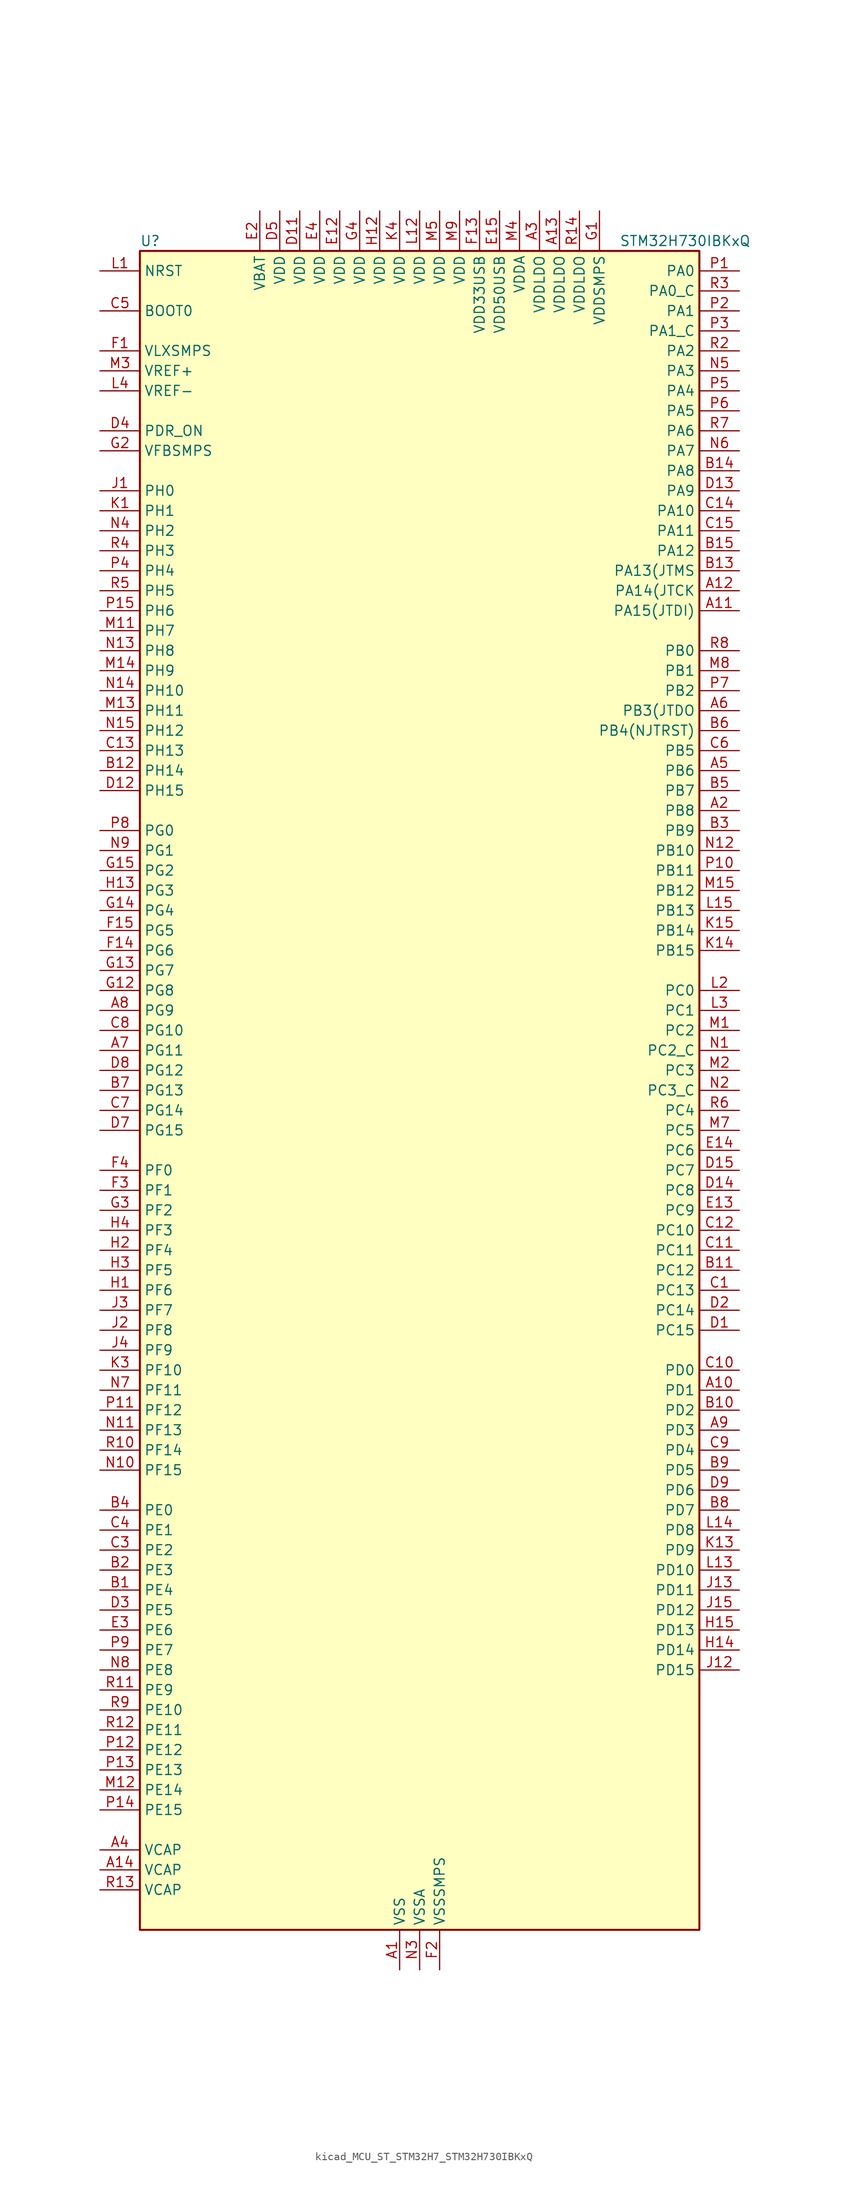
<source format=kicad_sym>
(kicad_symbol_lib
  (version 20220914)
  (generator kicad_symbol_editor)
  (symbol "kicad_MCU_ST_STM32H7_STM32H730IBKxQ"
    (property "Reference" "U"
      (at -35.56 107.95 0)
      (effects (font (size 1.27 1.27)) (justify left)))
    (property "Value" "STM32H730IBKxQ"
      (at 25.4 107.95 0)
      (effects (font (size 1.27 1.27)) (justify left)))
    (property "ki_locked" ""
      (at 0 0 0)
      (effects (font (size 1.27 1.27))))
    (symbol "kicad_MCU_ST_STM32H7_STM32H730IBKxQ_0_1"
      (rectangle (start -35.56 -106.68) (end 35.56 106.68) (stroke (width 0.254) (type default)) (fill (type background))))
    (symbol "kicad_MCU_ST_STM32H7_STM32H730IBKxQ_1_1"
      (pin power_in line (at -2.54 -111.76 90) (length 5.08) (name "VSS" (effects (font (size 1.27 1.27)))) (number "A1" (effects (font (size 1.27 1.27)))))
      (pin bidirectional line (at 40.64 -38.1 180) (length 5.08) (name "PD1" (effects (font (size 1.27 1.27)))) (number "A10" (effects (font (size 1.27 1.27)))) (alternate "DFSDM1_DATIN6" bidirectional line) (alternate "FDCAN1_TX" bidirectional line) (alternate "FMC_D3" bidirectional line) (alternate "FMC_DA3" bidirectional line) (alternate "UART4_TX" bidirectional line))
      (pin bidirectional line (at 40.64 60.96 180) (length 5.08) (name "PA15(JTDI)" (effects (font (size 1.27 1.27)))) (number "A11" (effects (font (size 1.27 1.27)))) (alternate "ADC1_EXTI15" bidirectional line) (alternate "ADC2_EXTI15" bidirectional line) (alternate "ADC3_EXTI15" bidirectional line) (alternate "CEC" bidirectional line) (alternate "DEBUG_JTDI" bidirectional line) (alternate "I2S1_WS" bidirectional line) (alternate "I2S3_WS" bidirectional line) (alternate "I2S6_WS" bidirectional line) (alternate "LTDC_B6" bidirectional line) (alternate "LTDC_R3" bidirectional line) (alternate "SPI1_NSS" bidirectional line) (alternate "SPI3_NSS" bidirectional line) (alternate "SPI6_NSS" bidirectional line) (alternate "TIM2_CH1" bidirectional line) (alternate "TIM2_ETR" bidirectional line) (alternate "UART4_DE" bidirectional line) (alternate "UART4_RTS" bidirectional line) (alternate "UART7_TX" bidirectional line))
      (pin bidirectional line (at 40.64 63.5 180) (length 5.08) (name "PA14(JTCK" (effects (font (size 1.27 1.27)))) (number "A12" (effects (font (size 1.27 1.27)))) (alternate "DEBUG_JTCK-SWCLK" bidirectional line))
      (pin power_in line (at 17.78 111.76 270) (length 5.08) (name "VDDLDO" (effects (font (size 1.27 1.27)))) (number "A13" (effects (font (size 1.27 1.27)))))
      (pin power_out line (at -40.64 -99.06 0) (length 5.08) (name "VCAP" (effects (font (size 1.27 1.27)))) (number "A14" (effects (font (size 1.27 1.27)))))
      (pin passive line (at -2.54 -111.76 90) (length 5.08) hide (name "VSS" (effects (font (size 1.27 1.27)))) (number "A15" (effects (font (size 1.27 1.27)))))
      (pin bidirectional line (at 40.64 35.56 180) (length 5.08) (name "PB8" (effects (font (size 1.27 1.27)))) (number "A2" (effects (font (size 1.27 1.27)))) (alternate "DCMI_D6" bidirectional line) (alternate "DFSDM1_CKIN7" bidirectional line) (alternate "ETH_TXD3" bidirectional line) (alternate "FDCAN1_RX" bidirectional line) (alternate "I2C1_SCL" bidirectional line) (alternate "I2C4_SCL" bidirectional line) (alternate "LTDC_B6" bidirectional line) (alternate "PSSI_D6" bidirectional line) (alternate "SDMMC1_CKIN" bidirectional line) (alternate "SDMMC1_D4" bidirectional line) (alternate "SDMMC2_D4" bidirectional line) (alternate "TIM16_CH1" bidirectional line) (alternate "TIM4_CH3" bidirectional line) (alternate "UART4_RX" bidirectional line))
      (pin power_in line (at 15.24 111.76 270) (length 5.08) (name "VDDLDO" (effects (font (size 1.27 1.27)))) (number "A3" (effects (font (size 1.27 1.27)))))
      (pin power_out line (at -40.64 -96.52 0) (length 5.08) (name "VCAP" (effects (font (size 1.27 1.27)))) (number "A4" (effects (font (size 1.27 1.27)))))
      (pin bidirectional line (at 40.64 40.64 180) (length 5.08) (name "PB6" (effects (font (size 1.27 1.27)))) (number "A5" (effects (font (size 1.27 1.27)))) (alternate "CEC" bidirectional line) (alternate "DCMI_D5" bidirectional line) (alternate "DFSDM1_DATIN5" bidirectional line) (alternate "FDCAN2_TX" bidirectional line) (alternate "FMC_SDNE1" bidirectional line) (alternate "I2C1_SCL" bidirectional line) (alternate "I2C4_SCL" bidirectional line) (alternate "LPUART1_TX" bidirectional line) (alternate "OCTOSPIM_P1_NCS" bidirectional line) (alternate "PSSI_D5" bidirectional line) (alternate "TIM16_CH1N" bidirectional line) (alternate "TIM4_CH1" bidirectional line) (alternate "UART5_TX" bidirectional line) (alternate "USART1_TX" bidirectional line))
      (pin bidirectional line (at 40.64 48.26 180) (length 5.08) (name "PB3(JTDO" (effects (font (size 1.27 1.27)))) (number "A6" (effects (font (size 1.27 1.27)))) (alternate "CRS_SYNC" bidirectional line) (alternate "DEBUG_JTDO-SWO" bidirectional line) (alternate "I2S1_CK" bidirectional line) (alternate "I2S3_CK" bidirectional line) (alternate "I2S6_CK" bidirectional line) (alternate "SDMMC2_D2" bidirectional line) (alternate "SPI1_SCK" bidirectional line) (alternate "SPI3_SCK" bidirectional line) (alternate "SPI6_SCK" bidirectional line) (alternate "TIM24_ETR" bidirectional line) (alternate "TIM2_CH2" bidirectional line) (alternate "UART7_RX" bidirectional line))
      (pin bidirectional line (at -40.64 5.08 0) (length 5.08) (name "PG11" (effects (font (size 1.27 1.27)))) (number "A7" (effects (font (size 1.27 1.27)))) (alternate "ADC1_EXTI11" bidirectional line) (alternate "ADC2_EXTI11" bidirectional line) (alternate "ADC3_EXTI11" bidirectional line) (alternate "DCMI_D3" bidirectional line) (alternate "ETH_TX_EN" bidirectional line) (alternate "I2S1_CK" bidirectional line) (alternate "LPTIM1_IN2" bidirectional line) (alternate "LTDC_B3" bidirectional line) (alternate "OCTOSPIM_P2_IO7" bidirectional line) (alternate "PSSI_D3" bidirectional line) (alternate "SDMMC2_D2" bidirectional line) (alternate "SPDIFRX1_IN0" bidirectional line) (alternate "SPI1_SCK" bidirectional line) (alternate "USART10_RX" bidirectional line))
      (pin bidirectional line (at -40.64 10.16 0) (length 5.08) (name "PG9" (effects (font (size 1.27 1.27)))) (number "A8" (effects (font (size 1.27 1.27)))) (alternate "DAC1_EXTI9" bidirectional line) (alternate "DCMI_VSYNC" bidirectional line) (alternate "FDCAN3_TX" bidirectional line) (alternate "FMC_NCE" bidirectional line) (alternate "FMC_NE2" bidirectional line) (alternate "I2S1_SDI" bidirectional line) (alternate "OCTOSPIM_P1_IO6" bidirectional line) (alternate "PSSI_RDY" bidirectional line) (alternate "SAI4_FS_B" bidirectional line) (alternate "SDMMC2_D0" bidirectional line) (alternate "SPDIFRX1_IN3" bidirectional line) (alternate "SPI1_MISO" bidirectional line) (alternate "USART6_RX" bidirectional line))
      (pin bidirectional line (at 40.64 -43.18 180) (length 5.08) (name "PD3" (effects (font (size 1.27 1.27)))) (number "A9" (effects (font (size 1.27 1.27)))) (alternate "DCMI_D5" bidirectional line) (alternate "DFSDM1_CKOUT" bidirectional line) (alternate "FMC_CLK" bidirectional line) (alternate "I2S2_CK" bidirectional line) (alternate "LTDC_G7" bidirectional line) (alternate "PSSI_D5" bidirectional line) (alternate "SPI2_SCK" bidirectional line) (alternate "USART2_CTS" bidirectional line) (alternate "USART2_NSS" bidirectional line))
      (pin bidirectional line (at -40.64 -63.5 0) (length 5.08) (name "PE4" (effects (font (size 1.27 1.27)))) (number "B1" (effects (font (size 1.27 1.27)))) (alternate "DCMI_D4" bidirectional line) (alternate "DEBUG_TRACED1" bidirectional line) (alternate "DFSDM1_DATIN3" bidirectional line) (alternate "FMC_A20" bidirectional line) (alternate "LTDC_B0" bidirectional line) (alternate "PSSI_D4" bidirectional line) (alternate "SAI1_D2" bidirectional line) (alternate "SAI1_FS_A" bidirectional line) (alternate "SAI4_D2" bidirectional line) (alternate "SAI4_FS_A" bidirectional line) (alternate "SPI4_NSS" bidirectional line) (alternate "TIM15_CH1N" bidirectional line))
      (pin bidirectional line (at 40.64 -40.64 180) (length 5.08) (name "PD2" (effects (font (size 1.27 1.27)))) (number "B10" (effects (font (size 1.27 1.27)))) (alternate "DCMI_D11" bidirectional line) (alternate "DEBUG_TRACED2" bidirectional line) (alternate "FMC_D7" bidirectional line) (alternate "FMC_DA7" bidirectional line) (alternate "LTDC_B2" bidirectional line) (alternate "LTDC_B7" bidirectional line) (alternate "PSSI_D11" bidirectional line) (alternate "SDMMC1_CMD" bidirectional line) (alternate "TIM15_BKIN" bidirectional line) (alternate "TIM3_ETR" bidirectional line) (alternate "UART5_RX" bidirectional line))
      (pin bidirectional line (at 40.64 -22.86 180) (length 5.08) (name "PC12" (effects (font (size 1.27 1.27)))) (number "B11" (effects (font (size 1.27 1.27)))) (alternate "DCMI_D9" bidirectional line) (alternate "DEBUG_TRACED3" bidirectional line) (alternate "FMC_D6" bidirectional line) (alternate "FMC_DA6" bidirectional line) (alternate "I2C5_SMBA" bidirectional line) (alternate "I2S3_SDO" bidirectional line) (alternate "I2S6_CK" bidirectional line) (alternate "LTDC_R6" bidirectional line) (alternate "PSSI_D9" bidirectional line) (alternate "SDMMC1_CK" bidirectional line) (alternate "SPI3_MOSI" bidirectional line) (alternate "SPI6_SCK" bidirectional line) (alternate "TIM15_CH1" bidirectional line) (alternate "UART5_TX" bidirectional line) (alternate "USART3_CK" bidirectional line))
      (pin bidirectional line (at -40.64 40.64 0) (length 5.08) (name "PH14" (effects (font (size 1.27 1.27)))) (number "B12" (effects (font (size 1.27 1.27)))) (alternate "DCMI_D4" bidirectional line) (alternate "FDCAN1_RX" bidirectional line) (alternate "FMC_D22" bidirectional line) (alternate "LTDC_G3" bidirectional line) (alternate "PSSI_D4" bidirectional line) (alternate "TIM8_CH2N" bidirectional line) (alternate "UART4_RX" bidirectional line))
      (pin bidirectional line (at 40.64 66.04 180) (length 5.08) (name "PA13(JTMS" (effects (font (size 1.27 1.27)))) (number "B13" (effects (font (size 1.27 1.27)))) (alternate "DEBUG_JTMS-SWDIO" bidirectional line))
      (pin bidirectional line (at 40.64 78.74 180) (length 5.08) (name "PA8" (effects (font (size 1.27 1.27)))) (number "B14" (effects (font (size 1.27 1.27)))) (alternate "I2C3_SCL" bidirectional line) (alternate "I2C5_SCL" bidirectional line) (alternate "LTDC_B3" bidirectional line) (alternate "LTDC_R6" bidirectional line) (alternate "RCC_MCO_1" bidirectional line) (alternate "TIM1_CH1" bidirectional line) (alternate "TIM8_BKIN2" bidirectional line) (alternate "TIM8_BKIN2_COMP1" bidirectional line) (alternate "TIM8_BKIN2_COMP2" bidirectional line) (alternate "UART7_RX" bidirectional line) (alternate "USART1_CK" bidirectional line) (alternate "USB_OTG_HS_SOF" bidirectional line))
      (pin bidirectional line (at 40.64 68.58 180) (length 5.08) (name "PA12" (effects (font (size 1.27 1.27)))) (number "B15" (effects (font (size 1.27 1.27)))) (alternate "FDCAN1_TX" bidirectional line) (alternate "I2S2_CK" bidirectional line) (alternate "LPUART1_DE" bidirectional line) (alternate "LPUART1_RTS" bidirectional line) (alternate "LTDC_R5" bidirectional line) (alternate "SAI4_FS_B" bidirectional line) (alternate "SPI2_SCK" bidirectional line) (alternate "TIM1_BKIN2" bidirectional line) (alternate "TIM1_ETR" bidirectional line) (alternate "UART4_TX" bidirectional line) (alternate "USART1_DE" bidirectional line) (alternate "USART1_RTS" bidirectional line) (alternate "USB_OTG_HS_DP" bidirectional line))
      (pin bidirectional line (at -40.64 -60.96 0) (length 5.08) (name "PE3" (effects (font (size 1.27 1.27)))) (number "B2" (effects (font (size 1.27 1.27)))) (alternate "DEBUG_TRACED0" bidirectional line) (alternate "FMC_A19" bidirectional line) (alternate "SAI1_SD_B" bidirectional line) (alternate "SAI4_SD_B" bidirectional line) (alternate "TIM15_BKIN" bidirectional line) (alternate "USART10_TX" bidirectional line))
      (pin bidirectional line (at 40.64 33.02 180) (length 5.08) (name "PB9" (effects (font (size 1.27 1.27)))) (number "B3" (effects (font (size 1.27 1.27)))) (alternate "DAC1_EXTI9" bidirectional line) (alternate "DCMI_D7" bidirectional line) (alternate "DFSDM1_DATIN7" bidirectional line) (alternate "FDCAN1_TX" bidirectional line) (alternate "I2C1_SDA" bidirectional line) (alternate "I2C4_SDA" bidirectional line) (alternate "I2C4_SMBA" bidirectional line) (alternate "I2S2_WS" bidirectional line) (alternate "LTDC_B7" bidirectional line) (alternate "PSSI_D7" bidirectional line) (alternate "SDMMC1_CDIR" bidirectional line) (alternate "SDMMC1_D5" bidirectional line) (alternate "SDMMC2_D5" bidirectional line) (alternate "SPI2_NSS" bidirectional line) (alternate "TIM17_CH1" bidirectional line) (alternate "TIM4_CH4" bidirectional line) (alternate "UART4_TX" bidirectional line))
      (pin bidirectional line (at -40.64 -53.34 0) (length 5.08) (name "PE0" (effects (font (size 1.27 1.27)))) (number "B4" (effects (font (size 1.27 1.27)))) (alternate "DCMI_D2" bidirectional line) (alternate "FMC_NBL0" bidirectional line) (alternate "LPTIM1_ETR" bidirectional line) (alternate "LPTIM2_ETR" bidirectional line) (alternate "LTDC_R0" bidirectional line) (alternate "PSSI_D2" bidirectional line) (alternate "SAI4_MCLK_A" bidirectional line) (alternate "TIM4_ETR" bidirectional line) (alternate "UART8_RX" bidirectional line))
      (pin bidirectional line (at 40.64 38.1 180) (length 5.08) (name "PB7" (effects (font (size 1.27 1.27)))) (number "B5" (effects (font (size 1.27 1.27)))) (alternate "DCMI_VSYNC" bidirectional line) (alternate "DFSDM1_CKIN5" bidirectional line) (alternate "FMC_NL" bidirectional line) (alternate "I2C1_SDA" bidirectional line) (alternate "I2C4_SDA" bidirectional line) (alternate "LPUART1_RX" bidirectional line) (alternate "PSSI_RDY" bidirectional line) (alternate "PWR_PVD_IN" bidirectional line) (alternate "TIM17_CH1N" bidirectional line) (alternate "TIM4_CH2" bidirectional line) (alternate "USART1_RX" bidirectional line))
      (pin bidirectional line (at 40.64 45.72 180) (length 5.08) (name "PB4(NJTRST)" (effects (font (size 1.27 1.27)))) (number "B6" (effects (font (size 1.27 1.27)))) (alternate "DEBUG_JTRST" bidirectional line) (alternate "I2S1_SDI" bidirectional line) (alternate "I2S2_WS" bidirectional line) (alternate "I2S3_SDI" bidirectional line) (alternate "I2S6_SDI" bidirectional line) (alternate "SDMMC2_D3" bidirectional line) (alternate "SPI1_MISO" bidirectional line) (alternate "SPI2_NSS" bidirectional line) (alternate "SPI3_MISO" bidirectional line) (alternate "SPI6_MISO" bidirectional line) (alternate "TIM16_BKIN" bidirectional line) (alternate "TIM3_CH1" bidirectional line) (alternate "UART7_TX" bidirectional line))
      (pin bidirectional line (at -40.64 0 0) (length 5.08) (name "PG13" (effects (font (size 1.27 1.27)))) (number "B7" (effects (font (size 1.27 1.27)))) (alternate "DEBUG_TRACED0" bidirectional line) (alternate "ETH_TXD0" bidirectional line) (alternate "FMC_A24" bidirectional line) (alternate "I2S6_CK" bidirectional line) (alternate "LPTIM1_OUT" bidirectional line) (alternate "LTDC_R0" bidirectional line) (alternate "SDMMC2_D6" bidirectional line) (alternate "SPI6_SCK" bidirectional line) (alternate "TIM23_CH2" bidirectional line) (alternate "USART10_CTS" bidirectional line) (alternate "USART10_NSS" bidirectional line) (alternate "USART6_CTS" bidirectional line) (alternate "USART6_NSS" bidirectional line))
      (pin bidirectional line (at 40.64 -53.34 180) (length 5.08) (name "PD7" (effects (font (size 1.27 1.27)))) (number "B8" (effects (font (size 1.27 1.27)))) (alternate "DFSDM1_CKIN1" bidirectional line) (alternate "DFSDM1_DATIN4" bidirectional line) (alternate "FMC_NE1" bidirectional line) (alternate "I2S1_SDO" bidirectional line) (alternate "OCTOSPIM_P1_IO7" bidirectional line) (alternate "SDMMC2_CMD" bidirectional line) (alternate "SPDIFRX1_IN0" bidirectional line) (alternate "SPI1_MOSI" bidirectional line) (alternate "USART2_CK" bidirectional line))
      (pin bidirectional line (at 40.64 -48.26 180) (length 5.08) (name "PD5" (effects (font (size 1.27 1.27)))) (number "B9" (effects (font (size 1.27 1.27)))) (alternate "FMC_NWE" bidirectional line) (alternate "OCTOSPIM_P1_IO5" bidirectional line) (alternate "USART2_TX" bidirectional line))
      (pin bidirectional line (at 40.64 -25.4 180) (length 5.08) (name "PC13" (effects (font (size 1.27 1.27)))) (number "C1" (effects (font (size 1.27 1.27)))) (alternate "PWR_WKUP4" bidirectional line) (alternate "RTC_OUT_ALARM" bidirectional line) (alternate "RTC_OUT_CALIB" bidirectional line) (alternate "RTC_TAMP1" bidirectional line) (alternate "RTC_TS" bidirectional line))
      (pin bidirectional line (at 40.64 -35.56 180) (length 5.08) (name "PD0" (effects (font (size 1.27 1.27)))) (number "C10" (effects (font (size 1.27 1.27)))) (alternate "DFSDM1_CKIN6" bidirectional line) (alternate "FDCAN1_RX" bidirectional line) (alternate "FMC_D2" bidirectional line) (alternate "FMC_DA2" bidirectional line) (alternate "LTDC_B1" bidirectional line) (alternate "UART4_RX" bidirectional line) (alternate "UART9_CTS" bidirectional line))
      (pin bidirectional line (at 40.64 -20.32 180) (length 5.08) (name "PC11" (effects (font (size 1.27 1.27)))) (number "C11" (effects (font (size 1.27 1.27)))) (alternate "ADC1_EXTI11" bidirectional line) (alternate "ADC2_EXTI11" bidirectional line) (alternate "ADC3_EXTI11" bidirectional line) (alternate "DCMI_D4" bidirectional line) (alternate "DFSDM1_DATIN5" bidirectional line) (alternate "I2C5_SCL" bidirectional line) (alternate "I2S3_SDI" bidirectional line) (alternate "LTDC_B4" bidirectional line) (alternate "OCTOSPIM_P1_NCS" bidirectional line) (alternate "PSSI_D4" bidirectional line) (alternate "SDMMC1_D3" bidirectional line) (alternate "SPI3_MISO" bidirectional line) (alternate "UART4_RX" bidirectional line) (alternate "USART3_RX" bidirectional line))
      (pin bidirectional line (at 40.64 -17.78 180) (length 5.08) (name "PC10" (effects (font (size 1.27 1.27)))) (number "C12" (effects (font (size 1.27 1.27)))) (alternate "DCMI_D8" bidirectional line) (alternate "DFSDM1_CKIN5" bidirectional line) (alternate "I2C5_SDA" bidirectional line) (alternate "I2S3_CK" bidirectional line) (alternate "LTDC_B1" bidirectional line) (alternate "LTDC_R2" bidirectional line) (alternate "OCTOSPIM_P1_IO1" bidirectional line) (alternate "PSSI_D8" bidirectional line) (alternate "SDMMC1_D2" bidirectional line) (alternate "SPI3_SCK" bidirectional line) (alternate "SWPMI1_RX" bidirectional line) (alternate "UART4_TX" bidirectional line) (alternate "USART3_TX" bidirectional line))
      (pin bidirectional line (at -40.64 43.18 0) (length 5.08) (name "PH13" (effects (font (size 1.27 1.27)))) (number "C13" (effects (font (size 1.27 1.27)))) (alternate "FDCAN1_TX" bidirectional line) (alternate "FMC_D21" bidirectional line) (alternate "LTDC_G2" bidirectional line) (alternate "TIM8_CH1N" bidirectional line) (alternate "UART4_TX" bidirectional line))
      (pin bidirectional line (at 40.64 73.66 180) (length 5.08) (name "PA10" (effects (font (size 1.27 1.27)))) (number "C14" (effects (font (size 1.27 1.27)))) (alternate "DCMI_D1" bidirectional line) (alternate "LPUART1_RX" bidirectional line) (alternate "LTDC_B1" bidirectional line) (alternate "LTDC_B4" bidirectional line) (alternate "MDIOS_MDIO" bidirectional line) (alternate "PSSI_D1" bidirectional line) (alternate "TIM1_CH3" bidirectional line) (alternate "USART1_RX" bidirectional line) (alternate "USB_OTG_HS_ID" bidirectional line))
      (pin bidirectional line (at 40.64 71.12 180) (length 5.08) (name "PA11" (effects (font (size 1.27 1.27)))) (number "C15" (effects (font (size 1.27 1.27)))) (alternate "ADC1_EXTI11" bidirectional line) (alternate "ADC2_EXTI11" bidirectional line) (alternate "ADC3_EXTI11" bidirectional line) (alternate "FDCAN1_RX" bidirectional line) (alternate "I2S2_WS" bidirectional line) (alternate "LPUART1_CTS" bidirectional line) (alternate "LTDC_R4" bidirectional line) (alternate "SPI2_NSS" bidirectional line) (alternate "TIM1_CH4" bidirectional line) (alternate "UART4_RX" bidirectional line) (alternate "USART1_CTS" bidirectional line) (alternate "USART1_NSS" bidirectional line) (alternate "USB_OTG_HS_DM" bidirectional line))
      (pin passive line (at -2.54 -111.76 90) (length 5.08) hide (name "VSS" (effects (font (size 1.27 1.27)))) (number "C2" (effects (font (size 1.27 1.27)))))
      (pin bidirectional line (at -40.64 -58.42 0) (length 5.08) (name "PE2" (effects (font (size 1.27 1.27)))) (number "C3" (effects (font (size 1.27 1.27)))) (alternate "DEBUG_TRACECLK" bidirectional line) (alternate "ETH_TXD3" bidirectional line) (alternate "FMC_A23" bidirectional line) (alternate "OCTOSPIM_P1_IO2" bidirectional line) (alternate "SAI1_CK1" bidirectional line) (alternate "SAI1_MCLK_A" bidirectional line) (alternate "SAI4_CK1" bidirectional line) (alternate "SAI4_MCLK_A" bidirectional line) (alternate "SPI4_SCK" bidirectional line) (alternate "USART10_RX" bidirectional line))
      (pin bidirectional line (at -40.64 -55.88 0) (length 5.08) (name "PE1" (effects (font (size 1.27 1.27)))) (number "C4" (effects (font (size 1.27 1.27)))) (alternate "DCMI_D3" bidirectional line) (alternate "FMC_NBL1" bidirectional line) (alternate "LPTIM1_IN2" bidirectional line) (alternate "LTDC_R6" bidirectional line) (alternate "PSSI_D3" bidirectional line) (alternate "UART8_TX" bidirectional line))
      (pin input line (at -40.64 99.06 0) (length 5.08) (name "BOOT0" (effects (font (size 1.27 1.27)))) (number "C5" (effects (font (size 1.27 1.27)))))
      (pin bidirectional line (at 40.64 43.18 180) (length 5.08) (name "PB5" (effects (font (size 1.27 1.27)))) (number "C6" (effects (font (size 1.27 1.27)))) (alternate "DCMI_D10" bidirectional line) (alternate "ETH_PPS_OUT" bidirectional line) (alternate "FDCAN2_RX" bidirectional line) (alternate "FMC_SDCKE1" bidirectional line) (alternate "I2C1_SMBA" bidirectional line) (alternate "I2C4_SMBA" bidirectional line) (alternate "I2S1_SDO" bidirectional line) (alternate "I2S3_SDO" bidirectional line) (alternate "I2S6_SDO" bidirectional line) (alternate "LTDC_B5" bidirectional line) (alternate "PSSI_D10" bidirectional line) (alternate "SPI1_MOSI" bidirectional line) (alternate "SPI3_MOSI" bidirectional line) (alternate "SPI6_MOSI" bidirectional line) (alternate "TIM17_BKIN" bidirectional line) (alternate "TIM3_CH2" bidirectional line) (alternate "UART5_RX" bidirectional line) (alternate "USB_OTG_HS_ULPI_D7" bidirectional line))
      (pin bidirectional line (at -40.64 -2.54 0) (length 5.08) (name "PG14" (effects (font (size 1.27 1.27)))) (number "C7" (effects (font (size 1.27 1.27)))) (alternate "DEBUG_TRACED1" bidirectional line) (alternate "ETH_TXD1" bidirectional line) (alternate "FMC_A25" bidirectional line) (alternate "I2S6_SDO" bidirectional line) (alternate "LPTIM1_ETR" bidirectional line) (alternate "LTDC_B0" bidirectional line) (alternate "OCTOSPIM_P1_IO7" bidirectional line) (alternate "SDMMC2_D7" bidirectional line) (alternate "SPI6_MOSI" bidirectional line) (alternate "TIM23_CH3" bidirectional line) (alternate "USART10_DE" bidirectional line) (alternate "USART10_RTS" bidirectional line) (alternate "USART6_TX" bidirectional line))
      (pin bidirectional line (at -40.64 7.62 0) (length 5.08) (name "PG10" (effects (font (size 1.27 1.27)))) (number "C8" (effects (font (size 1.27 1.27)))) (alternate "DCMI_D2" bidirectional line) (alternate "FDCAN3_RX" bidirectional line) (alternate "FMC_NE3" bidirectional line) (alternate "I2S1_WS" bidirectional line) (alternate "LTDC_B2" bidirectional line) (alternate "LTDC_G3" bidirectional line) (alternate "OCTOSPIM_P2_IO6" bidirectional line) (alternate "PSSI_D2" bidirectional line) (alternate "SAI4_SD_B" bidirectional line) (alternate "SDMMC2_D1" bidirectional line) (alternate "SPI1_NSS" bidirectional line))
      (pin bidirectional line (at 40.64 -45.72 180) (length 5.08) (name "PD4" (effects (font (size 1.27 1.27)))) (number "C9" (effects (font (size 1.27 1.27)))) (alternate "FMC_NOE" bidirectional line) (alternate "OCTOSPIM_P1_IO4" bidirectional line) (alternate "USART2_DE" bidirectional line) (alternate "USART2_RTS" bidirectional line))
      (pin bidirectional line (at 40.64 -30.48 180) (length 5.08) (name "PC15" (effects (font (size 1.27 1.27)))) (number "D1" (effects (font (size 1.27 1.27)))) (alternate "ADC1_EXTI15" bidirectional line) (alternate "ADC2_EXTI15" bidirectional line) (alternate "ADC3_EXTI15" bidirectional line) (alternate "RCC_OSC32_OUT" bidirectional line))
      (pin passive line (at -2.54 -111.76 90) (length 5.08) hide (name "VSS" (effects (font (size 1.27 1.27)))) (number "D10" (effects (font (size 1.27 1.27)))))
      (pin power_in line (at -15.24 111.76 270) (length 5.08) (name "VDD" (effects (font (size 1.27 1.27)))) (number "D11" (effects (font (size 1.27 1.27)))))
      (pin bidirectional line (at -40.64 38.1 0) (length 5.08) (name "PH15" (effects (font (size 1.27 1.27)))) (number "D12" (effects (font (size 1.27 1.27)))) (alternate "ADC1_EXTI15" bidirectional line) (alternate "ADC2_EXTI15" bidirectional line) (alternate "ADC3_EXTI15" bidirectional line) (alternate "DCMI_D11" bidirectional line) (alternate "FMC_D23" bidirectional line) (alternate "LTDC_G4" bidirectional line) (alternate "PSSI_D11" bidirectional line) (alternate "TIM8_CH3N" bidirectional line))
      (pin bidirectional line (at 40.64 76.2 180) (length 5.08) (name "PA9" (effects (font (size 1.27 1.27)))) (number "D13" (effects (font (size 1.27 1.27)))) (alternate "DAC1_EXTI9" bidirectional line) (alternate "DCMI_D0" bidirectional line) (alternate "ETH_TX_ER" bidirectional line) (alternate "I2C3_SMBA" bidirectional line) (alternate "I2C5_SMBA" bidirectional line) (alternate "I2S2_CK" bidirectional line) (alternate "LPUART1_TX" bidirectional line) (alternate "LTDC_R5" bidirectional line) (alternate "PSSI_D0" bidirectional line) (alternate "SPI2_SCK" bidirectional line) (alternate "TIM1_CH2" bidirectional line) (alternate "USART1_TX" bidirectional line) (alternate "USB_OTG_HS_VBUS" bidirectional line))
      (pin bidirectional line (at 40.64 -12.7 180) (length 5.08) (name "PC8" (effects (font (size 1.27 1.27)))) (number "D14" (effects (font (size 1.27 1.27)))) (alternate "DCMI_D2" bidirectional line) (alternate "DEBUG_TRACED1" bidirectional line) (alternate "FMC_INT" bidirectional line) (alternate "FMC_NCE" bidirectional line) (alternate "FMC_NE2" bidirectional line) (alternate "PSSI_D2" bidirectional line) (alternate "SDMMC1_D0" bidirectional line) (alternate "SWPMI1_RX" bidirectional line) (alternate "TIM3_CH3" bidirectional line) (alternate "TIM8_CH3" bidirectional line) (alternate "UART5_DE" bidirectional line) (alternate "UART5_RTS" bidirectional line) (alternate "USART6_CK" bidirectional line))
      (pin bidirectional line (at 40.64 -10.16 180) (length 5.08) (name "PC7" (effects (font (size 1.27 1.27)))) (number "D15" (effects (font (size 1.27 1.27)))) (alternate "DCMI_D1" bidirectional line) (alternate "DEBUG_TRGIO" bidirectional line) (alternate "DFSDM1_DATIN3" bidirectional line) (alternate "FMC_NE1" bidirectional line) (alternate "I2S3_MCK" bidirectional line) (alternate "LTDC_G6" bidirectional line) (alternate "PSSI_D1" bidirectional line) (alternate "SDMMC1_D123DIR" bidirectional line) (alternate "SDMMC1_D7" bidirectional line) (alternate "SDMMC2_D7" bidirectional line) (alternate "SWPMI1_TX" bidirectional line) (alternate "TIM3_CH2" bidirectional line) (alternate "TIM8_CH2" bidirectional line) (alternate "USART6_RX" bidirectional line))
      (pin bidirectional line (at 40.64 -27.94 180) (length 5.08) (name "PC14" (effects (font (size 1.27 1.27)))) (number "D2" (effects (font (size 1.27 1.27)))) (alternate "RCC_OSC32_IN" bidirectional line))
      (pin bidirectional line (at -40.64 -66.04 0) (length 5.08) (name "PE5" (effects (font (size 1.27 1.27)))) (number "D3" (effects (font (size 1.27 1.27)))) (alternate "DCMI_D6" bidirectional line) (alternate "DEBUG_TRACED2" bidirectional line) (alternate "DFSDM1_CKIN3" bidirectional line) (alternate "FMC_A21" bidirectional line) (alternate "LTDC_G0" bidirectional line) (alternate "PSSI_D6" bidirectional line) (alternate "SAI1_CK2" bidirectional line) (alternate "SAI1_SCK_A" bidirectional line) (alternate "SAI4_CK2" bidirectional line) (alternate "SAI4_SCK_A" bidirectional line) (alternate "SPI4_MISO" bidirectional line) (alternate "TIM15_CH1" bidirectional line))
      (pin input line (at -40.64 83.82 0) (length 5.08) (name "PDR_ON" (effects (font (size 1.27 1.27)))) (number "D4" (effects (font (size 1.27 1.27)))))
      (pin power_in line (at -17.78 111.76 270) (length 5.08) (name "VDD" (effects (font (size 1.27 1.27)))) (number "D5" (effects (font (size 1.27 1.27)))))
      (pin passive line (at -2.54 -111.76 90) (length 5.08) hide (name "VSS" (effects (font (size 1.27 1.27)))) (number "D6" (effects (font (size 1.27 1.27)))))
      (pin bidirectional line (at -40.64 -5.08 0) (length 5.08) (name "PG15" (effects (font (size 1.27 1.27)))) (number "D7" (effects (font (size 1.27 1.27)))) (alternate "ADC1_EXTI15" bidirectional line) (alternate "ADC2_EXTI15" bidirectional line) (alternate "ADC3_EXTI15" bidirectional line) (alternate "DCMI_D13" bidirectional line) (alternate "FMC_SDNCAS" bidirectional line) (alternate "OCTOSPIM_P2_DQS" bidirectional line) (alternate "PSSI_D13" bidirectional line) (alternate "USART10_CK" bidirectional line) (alternate "USART6_CTS" bidirectional line) (alternate "USART6_NSS" bidirectional line))
      (pin bidirectional line (at -40.64 2.54 0) (length 5.08) (name "PG12" (effects (font (size 1.27 1.27)))) (number "D8" (effects (font (size 1.27 1.27)))) (alternate "ETH_TXD1" bidirectional line) (alternate "FMC_NE4" bidirectional line) (alternate "I2S6_SDI" bidirectional line) (alternate "LPTIM1_IN1" bidirectional line) (alternate "LTDC_B1" bidirectional line) (alternate "LTDC_B4" bidirectional line) (alternate "OCTOSPIM_P2_NCS" bidirectional line) (alternate "SDMMC2_D3" bidirectional line) (alternate "SPDIFRX1_IN1" bidirectional line) (alternate "SPI6_MISO" bidirectional line) (alternate "TIM23_CH1" bidirectional line) (alternate "USART10_TX" bidirectional line) (alternate "USART6_DE" bidirectional line) (alternate "USART6_RTS" bidirectional line))
      (pin bidirectional line (at 40.64 -50.8 180) (length 5.08) (name "PD6" (effects (font (size 1.27 1.27)))) (number "D9" (effects (font (size 1.27 1.27)))) (alternate "DCMI_D10" bidirectional line) (alternate "DFSDM1_CKIN4" bidirectional line) (alternate "DFSDM1_DATIN1" bidirectional line) (alternate "FMC_NWAIT" bidirectional line) (alternate "I2S3_SDO" bidirectional line) (alternate "LTDC_B2" bidirectional line) (alternate "OCTOSPIM_P1_IO6" bidirectional line) (alternate "PSSI_D10" bidirectional line) (alternate "SAI1_D1" bidirectional line) (alternate "SAI1_SD_A" bidirectional line) (alternate "SAI4_D1" bidirectional line) (alternate "SAI4_SD_A" bidirectional line) (alternate "SDMMC2_CK" bidirectional line) (alternate "SPI3_MOSI" bidirectional line) (alternate "USART2_RX" bidirectional line))
      (pin passive line (at -2.54 -111.76 90) (length 5.08) hide (name "VSS" (effects (font (size 1.27 1.27)))) (number "E1" (effects (font (size 1.27 1.27)))))
      (pin power_in line (at -10.16 111.76 270) (length 5.08) (name "VDD" (effects (font (size 1.27 1.27)))) (number "E12" (effects (font (size 1.27 1.27)))))
      (pin bidirectional line (at 40.64 -15.24 180) (length 5.08) (name "PC9" (effects (font (size 1.27 1.27)))) (number "E13" (effects (font (size 1.27 1.27)))) (alternate "DAC1_EXTI9" bidirectional line) (alternate "DCMI_D3" bidirectional line) (alternate "I2C3_SDA" bidirectional line) (alternate "I2C5_SDA" bidirectional line) (alternate "I2S_CKIN" bidirectional line) (alternate "LTDC_B2" bidirectional line) (alternate "LTDC_G3" bidirectional line) (alternate "OCTOSPIM_P1_IO0" bidirectional line) (alternate "PSSI_D3" bidirectional line) (alternate "RCC_MCO_2" bidirectional line) (alternate "SDMMC1_D1" bidirectional line) (alternate "SWPMI1_SUSPEND" bidirectional line) (alternate "TIM3_CH4" bidirectional line) (alternate "TIM8_CH4" bidirectional line) (alternate "UART5_CTS" bidirectional line))
      (pin bidirectional line (at 40.64 -7.62 180) (length 5.08) (name "PC6" (effects (font (size 1.27 1.27)))) (number "E14" (effects (font (size 1.27 1.27)))) (alternate "DCMI_D0" bidirectional line) (alternate "DFSDM1_CKIN3" bidirectional line) (alternate "FMC_NWAIT" bidirectional line) (alternate "I2S2_MCK" bidirectional line) (alternate "LTDC_HSYNC" bidirectional line) (alternate "PSSI_D0" bidirectional line) (alternate "SDMMC1_D0DIR" bidirectional line) (alternate "SDMMC1_D6" bidirectional line) (alternate "SDMMC2_D6" bidirectional line) (alternate "SWPMI1_IO" bidirectional line) (alternate "TIM3_CH1" bidirectional line) (alternate "TIM8_CH1" bidirectional line) (alternate "USART6_TX" bidirectional line))
      (pin power_in line (at 10.16 111.76 270) (length 5.08) (name "VDD50USB" (effects (font (size 1.27 1.27)))) (number "E15" (effects (font (size 1.27 1.27)))))
      (pin power_in line (at -20.32 111.76 270) (length 5.08) (name "VBAT" (effects (font (size 1.27 1.27)))) (number "E2" (effects (font (size 1.27 1.27)))))
      (pin bidirectional line (at -40.64 -68.58 0) (length 5.08) (name "PE6" (effects (font (size 1.27 1.27)))) (number "E3" (effects (font (size 1.27 1.27)))) (alternate "DCMI_D7" bidirectional line) (alternate "DEBUG_TRACED3" bidirectional line) (alternate "FMC_A22" bidirectional line) (alternate "LTDC_G1" bidirectional line) (alternate "PSSI_D7" bidirectional line) (alternate "SAI1_D1" bidirectional line) (alternate "SAI1_SD_A" bidirectional line) (alternate "SAI4_D1" bidirectional line) (alternate "SAI4_MCLK_B" bidirectional line) (alternate "SAI4_SD_A" bidirectional line) (alternate "SPI4_MOSI" bidirectional line) (alternate "TIM15_CH2" bidirectional line) (alternate "TIM1_BKIN2" bidirectional line) (alternate "TIM1_BKIN2_COMP1" bidirectional line) (alternate "TIM1_BKIN2_COMP2" bidirectional line))
      (pin power_in line (at -12.7 111.76 270) (length 5.08) (name "VDD" (effects (font (size 1.27 1.27)))) (number "E4" (effects (font (size 1.27 1.27)))))
      (pin power_in line (at -40.64 93.98 0) (length 5.08) (name "VLXSMPS" (effects (font (size 1.27 1.27)))) (number "F1" (effects (font (size 1.27 1.27)))))
      (pin passive line (at -2.54 -111.76 90) (length 5.08) hide (name "VSS" (effects (font (size 1.27 1.27)))) (number "F10" (effects (font (size 1.27 1.27)))))
      (pin passive line (at -2.54 -111.76 90) (length 5.08) hide (name "VSS" (effects (font (size 1.27 1.27)))) (number "F12" (effects (font (size 1.27 1.27)))))
      (pin power_in line (at 7.62 111.76 270) (length 5.08) (name "VDD33USB" (effects (font (size 1.27 1.27)))) (number "F13" (effects (font (size 1.27 1.27)))))
      (pin bidirectional line (at -40.64 17.78 0) (length 5.08) (name "PG6" (effects (font (size 1.27 1.27)))) (number "F14" (effects (font (size 1.27 1.27)))) (alternate "DCMI_D12" bidirectional line) (alternate "FMC_NE3" bidirectional line) (alternate "LTDC_R7" bidirectional line) (alternate "OCTOSPIM_P1_NCS" bidirectional line) (alternate "PSSI_D12" bidirectional line) (alternate "TIM17_BKIN" bidirectional line))
      (pin bidirectional line (at -40.64 20.32 0) (length 5.08) (name "PG5" (effects (font (size 1.27 1.27)))) (number "F15" (effects (font (size 1.27 1.27)))) (alternate "FMC_A15" bidirectional line) (alternate "FMC_BA1" bidirectional line) (alternate "TIM1_ETR" bidirectional line))
      (pin power_in line (at 2.54 -111.76 90) (length 5.08) (name "VSSSMPS" (effects (font (size 1.27 1.27)))) (number "F2" (effects (font (size 1.27 1.27)))))
      (pin bidirectional line (at -40.64 -12.7 0) (length 5.08) (name "PF1" (effects (font (size 1.27 1.27)))) (number "F3" (effects (font (size 1.27 1.27)))) (alternate "FMC_A1" bidirectional line) (alternate "I2C2_SCL" bidirectional line) (alternate "I2C5_SCL" bidirectional line) (alternate "OCTOSPIM_P2_IO1" bidirectional line) (alternate "TIM23_CH2" bidirectional line))
      (pin bidirectional line (at -40.64 -10.16 0) (length 5.08) (name "PF0" (effects (font (size 1.27 1.27)))) (number "F4" (effects (font (size 1.27 1.27)))) (alternate "FMC_A0" bidirectional line) (alternate "I2C2_SDA" bidirectional line) (alternate "I2C5_SDA" bidirectional line) (alternate "OCTOSPIM_P2_IO0" bidirectional line) (alternate "TIM23_CH1" bidirectional line))
      (pin passive line (at -2.54 -111.76 90) (length 5.08) hide (name "VSS" (effects (font (size 1.27 1.27)))) (number "F6" (effects (font (size 1.27 1.27)))))
      (pin passive line (at -2.54 -111.76 90) (length 5.08) hide (name "VSS" (effects (font (size 1.27 1.27)))) (number "F7" (effects (font (size 1.27 1.27)))))
      (pin passive line (at -2.54 -111.76 90) (length 5.08) hide (name "VSS" (effects (font (size 1.27 1.27)))) (number "F8" (effects (font (size 1.27 1.27)))))
      (pin passive line (at -2.54 -111.76 90) (length 5.08) hide (name "VSS" (effects (font (size 1.27 1.27)))) (number "F9" (effects (font (size 1.27 1.27)))))
      (pin power_in line (at 22.86 111.76 270) (length 5.08) (name "VDDSMPS" (effects (font (size 1.27 1.27)))) (number "G1" (effects (font (size 1.27 1.27)))))
      (pin passive line (at -2.54 -111.76 90) (length 5.08) hide (name "VSS" (effects (font (size 1.27 1.27)))) (number "G10" (effects (font (size 1.27 1.27)))))
      (pin bidirectional line (at -40.64 12.7 0) (length 5.08) (name "PG8" (effects (font (size 1.27 1.27)))) (number "G12" (effects (font (size 1.27 1.27)))) (alternate "ETH_PPS_OUT" bidirectional line) (alternate "FMC_SDCLK" bidirectional line) (alternate "I2S6_WS" bidirectional line) (alternate "LTDC_G7" bidirectional line) (alternate "SPDIFRX1_IN2" bidirectional line) (alternate "SPI6_NSS" bidirectional line) (alternate "TIM8_ETR" bidirectional line) (alternate "USART6_DE" bidirectional line) (alternate "USART6_RTS" bidirectional line))
      (pin bidirectional line (at -40.64 15.24 0) (length 5.08) (name "PG7" (effects (font (size 1.27 1.27)))) (number "G13" (effects (font (size 1.27 1.27)))) (alternate "DCMI_D13" bidirectional line) (alternate "FMC_INT" bidirectional line) (alternate "LTDC_CLK" bidirectional line) (alternate "OCTOSPIM_P2_DQS" bidirectional line) (alternate "PSSI_D13" bidirectional line) (alternate "SAI1_MCLK_A" bidirectional line) (alternate "USART6_CK" bidirectional line))
      (pin bidirectional line (at -40.64 22.86 0) (length 5.08) (name "PG4" (effects (font (size 1.27 1.27)))) (number "G14" (effects (font (size 1.27 1.27)))) (alternate "FMC_A14" bidirectional line) (alternate "FMC_BA0" bidirectional line) (alternate "TIM1_BKIN2" bidirectional line) (alternate "TIM1_BKIN2_COMP1" bidirectional line) (alternate "TIM1_BKIN2_COMP2" bidirectional line))
      (pin bidirectional line (at -40.64 27.94 0) (length 5.08) (name "PG2" (effects (font (size 1.27 1.27)))) (number "G15" (effects (font (size 1.27 1.27)))) (alternate "FMC_A12" bidirectional line) (alternate "TIM24_ETR" bidirectional line) (alternate "TIM8_BKIN" bidirectional line) (alternate "TIM8_BKIN_COMP1" bidirectional line) (alternate "TIM8_BKIN_COMP2" bidirectional line))
      (pin input line (at -40.64 81.28 0) (length 5.08) (name "VFBSMPS" (effects (font (size 1.27 1.27)))) (number "G2" (effects (font (size 1.27 1.27)))))
      (pin bidirectional line (at -40.64 -15.24 0) (length 5.08) (name "PF2" (effects (font (size 1.27 1.27)))) (number "G3" (effects (font (size 1.27 1.27)))) (alternate "FMC_A2" bidirectional line) (alternate "I2C2_SMBA" bidirectional line) (alternate "I2C5_SMBA" bidirectional line) (alternate "OCTOSPIM_P2_IO2" bidirectional line) (alternate "TIM23_CH3" bidirectional line))
      (pin power_in line (at -7.62 111.76 270) (length 5.08) (name "VDD" (effects (font (size 1.27 1.27)))) (number "G4" (effects (font (size 1.27 1.27)))))
      (pin passive line (at -2.54 -111.76 90) (length 5.08) hide (name "VSS" (effects (font (size 1.27 1.27)))) (number "G6" (effects (font (size 1.27 1.27)))))
      (pin passive line (at -2.54 -111.76 90) (length 5.08) hide (name "VSS" (effects (font (size 1.27 1.27)))) (number "G7" (effects (font (size 1.27 1.27)))))
      (pin passive line (at -2.54 -111.76 90) (length 5.08) hide (name "VSS" (effects (font (size 1.27 1.27)))) (number "G8" (effects (font (size 1.27 1.27)))))
      (pin passive line (at -2.54 -111.76 90) (length 5.08) hide (name "VSS" (effects (font (size 1.27 1.27)))) (number "G9" (effects (font (size 1.27 1.27)))))
      (pin bidirectional line (at -40.64 -25.4 0) (length 5.08) (name "PF6" (effects (font (size 1.27 1.27)))) (number "H1" (effects (font (size 1.27 1.27)))) (alternate "ADC3_INN4" bidirectional line) (alternate "ADC3_INP8" bidirectional line) (alternate "FDCAN3_RX" bidirectional line) (alternate "OCTOSPIM_P1_IO3" bidirectional line) (alternate "SAI1_SD_B" bidirectional line) (alternate "SAI4_SD_B" bidirectional line) (alternate "SPI5_NSS" bidirectional line) (alternate "TIM16_CH1" bidirectional line) (alternate "TIM23_CH1" bidirectional line) (alternate "UART7_RX" bidirectional line))
      (pin passive line (at -2.54 -111.76 90) (length 5.08) hide (name "VSS" (effects (font (size 1.27 1.27)))) (number "H10" (effects (font (size 1.27 1.27)))))
      (pin power_in line (at -5.08 111.76 270) (length 5.08) (name "VDD" (effects (font (size 1.27 1.27)))) (number "H12" (effects (font (size 1.27 1.27)))))
      (pin bidirectional line (at -40.64 25.4 0) (length 5.08) (name "PG3" (effects (font (size 1.27 1.27)))) (number "H13" (effects (font (size 1.27 1.27)))) (alternate "FMC_A13" bidirectional line) (alternate "TIM23_ETR" bidirectional line) (alternate "TIM8_BKIN2" bidirectional line) (alternate "TIM8_BKIN2_COMP1" bidirectional line) (alternate "TIM8_BKIN2_COMP2" bidirectional line))
      (pin bidirectional line (at 40.64 -71.12 180) (length 5.08) (name "PD14" (effects (font (size 1.27 1.27)))) (number "H14" (effects (font (size 1.27 1.27)))) (alternate "FMC_D0" bidirectional line) (alternate "FMC_DA0" bidirectional line) (alternate "TIM4_CH3" bidirectional line) (alternate "UART8_CTS" bidirectional line) (alternate "UART9_RX" bidirectional line))
      (pin bidirectional line (at 40.64 -68.58 180) (length 5.08) (name "PD13" (effects (font (size 1.27 1.27)))) (number "H15" (effects (font (size 1.27 1.27)))) (alternate "DCMI_D13" bidirectional line) (alternate "FDCAN3_TX" bidirectional line) (alternate "FMC_A18" bidirectional line) (alternate "I2C4_SDA" bidirectional line) (alternate "LPTIM1_OUT" bidirectional line) (alternate "OCTOSPIM_P1_IO3" bidirectional line) (alternate "PSSI_D13" bidirectional line) (alternate "SAI4_SCK_A" bidirectional line) (alternate "TIM4_CH2" bidirectional line) (alternate "UART9_DE" bidirectional line) (alternate "UART9_RTS" bidirectional line))
      (pin bidirectional line (at -40.64 -20.32 0) (length 5.08) (name "PF4" (effects (font (size 1.27 1.27)))) (number "H2" (effects (font (size 1.27 1.27)))) (alternate "ADC3_INN5" bidirectional line) (alternate "ADC3_INP9" bidirectional line) (alternate "FMC_A4" bidirectional line) (alternate "OCTOSPIM_P2_CLK" bidirectional line))
      (pin bidirectional line (at -40.64 -22.86 0) (length 5.08) (name "PF5" (effects (font (size 1.27 1.27)))) (number "H3" (effects (font (size 1.27 1.27)))) (alternate "ADC3_INP4" bidirectional line) (alternate "FMC_A5" bidirectional line) (alternate "OCTOSPIM_P2_NCLK" bidirectional line))
      (pin bidirectional line (at -40.64 -17.78 0) (length 5.08) (name "PF3" (effects (font (size 1.27 1.27)))) (number "H4" (effects (font (size 1.27 1.27)))) (alternate "ADC3_INP5" bidirectional line) (alternate "FMC_A3" bidirectional line) (alternate "OCTOSPIM_P2_IO3" bidirectional line) (alternate "TIM23_CH4" bidirectional line))
      (pin passive line (at -2.54 -111.76 90) (length 5.08) hide (name "VSS" (effects (font (size 1.27 1.27)))) (number "H6" (effects (font (size 1.27 1.27)))))
      (pin passive line (at -2.54 -111.76 90) (length 5.08) hide (name "VSS" (effects (font (size 1.27 1.27)))) (number "H7" (effects (font (size 1.27 1.27)))))
      (pin passive line (at -2.54 -111.76 90) (length 5.08) hide (name "VSS" (effects (font (size 1.27 1.27)))) (number "H8" (effects (font (size 1.27 1.27)))))
      (pin passive line (at -2.54 -111.76 90) (length 5.08) hide (name "VSS" (effects (font (size 1.27 1.27)))) (number "H9" (effects (font (size 1.27 1.27)))))
      (pin bidirectional line (at -40.64 76.2 0) (length 5.08) (name "PH0" (effects (font (size 1.27 1.27)))) (number "J1" (effects (font (size 1.27 1.27)))) (alternate "RCC_OSC_IN" bidirectional line))
      (pin passive line (at -2.54 -111.76 90) (length 5.08) hide (name "VSS" (effects (font (size 1.27 1.27)))) (number "J10" (effects (font (size 1.27 1.27)))))
      (pin bidirectional line (at 40.64 -73.66 180) (length 5.08) (name "PD15" (effects (font (size 1.27 1.27)))) (number "J12" (effects (font (size 1.27 1.27)))) (alternate "ADC1_EXTI15" bidirectional line) (alternate "ADC2_EXTI15" bidirectional line) (alternate "ADC3_EXTI15" bidirectional line) (alternate "FMC_D1" bidirectional line) (alternate "FMC_DA1" bidirectional line) (alternate "TIM4_CH4" bidirectional line) (alternate "UART8_DE" bidirectional line) (alternate "UART8_RTS" bidirectional line) (alternate "UART9_TX" bidirectional line))
      (pin bidirectional line (at 40.64 -63.5 180) (length 5.08) (name "PD11" (effects (font (size 1.27 1.27)))) (number "J13" (effects (font (size 1.27 1.27)))) (alternate "ADC1_EXTI11" bidirectional line) (alternate "ADC2_EXTI11" bidirectional line) (alternate "ADC3_EXTI11" bidirectional line) (alternate "FMC_A16" bidirectional line) (alternate "FMC_CLE" bidirectional line) (alternate "I2C4_SMBA" bidirectional line) (alternate "LPTIM2_IN2" bidirectional line) (alternate "OCTOSPIM_P1_IO0" bidirectional line) (alternate "SAI4_SD_A" bidirectional line) (alternate "USART3_CTS" bidirectional line) (alternate "USART3_NSS" bidirectional line))
      (pin passive line (at -2.54 -111.76 90) (length 5.08) hide (name "VSS" (effects (font (size 1.27 1.27)))) (number "J14" (effects (font (size 1.27 1.27)))))
      (pin bidirectional line (at 40.64 -66.04 180) (length 5.08) (name "PD12" (effects (font (size 1.27 1.27)))) (number "J15" (effects (font (size 1.27 1.27)))) (alternate "DCMI_D12" bidirectional line) (alternate "FDCAN3_RX" bidirectional line) (alternate "FMC_A17" bidirectional line) (alternate "FMC_ALE" bidirectional line) (alternate "I2C4_SCL" bidirectional line) (alternate "LPTIM1_IN1" bidirectional line) (alternate "LPTIM2_IN1" bidirectional line) (alternate "OCTOSPIM_P1_IO1" bidirectional line) (alternate "PSSI_D12" bidirectional line) (alternate "SAI4_FS_A" bidirectional line) (alternate "TIM4_CH1" bidirectional line) (alternate "USART3_DE" bidirectional line) (alternate "USART3_RTS" bidirectional line))
      (pin bidirectional line (at -40.64 -30.48 0) (length 5.08) (name "PF8" (effects (font (size 1.27 1.27)))) (number "J2" (effects (font (size 1.27 1.27)))) (alternate "ADC3_INN3" bidirectional line) (alternate "ADC3_INP7" bidirectional line) (alternate "OCTOSPIM_P1_IO0" bidirectional line) (alternate "SAI1_SCK_B" bidirectional line) (alternate "SAI4_SCK_B" bidirectional line) (alternate "SPI5_MISO" bidirectional line) (alternate "TIM13_CH1" bidirectional line) (alternate "TIM16_CH1N" bidirectional line) (alternate "TIM23_CH3" bidirectional line) (alternate "UART7_DE" bidirectional line) (alternate "UART7_RTS" bidirectional line))
      (pin bidirectional line (at -40.64 -27.94 0) (length 5.08) (name "PF7" (effects (font (size 1.27 1.27)))) (number "J3" (effects (font (size 1.27 1.27)))) (alternate "ADC3_INP3" bidirectional line) (alternate "FDCAN3_TX" bidirectional line) (alternate "OCTOSPIM_P1_IO2" bidirectional line) (alternate "SAI1_MCLK_B" bidirectional line) (alternate "SAI4_MCLK_B" bidirectional line) (alternate "SPI5_SCK" bidirectional line) (alternate "TIM17_CH1" bidirectional line) (alternate "TIM23_CH2" bidirectional line) (alternate "UART7_TX" bidirectional line))
      (pin bidirectional line (at -40.64 -33.02 0) (length 5.08) (name "PF9" (effects (font (size 1.27 1.27)))) (number "J4" (effects (font (size 1.27 1.27)))) (alternate "ADC3_INP2" bidirectional line) (alternate "DAC1_EXTI9" bidirectional line) (alternate "OCTOSPIM_P1_IO1" bidirectional line) (alternate "SAI1_FS_B" bidirectional line) (alternate "SAI4_FS_B" bidirectional line) (alternate "SPI5_MOSI" bidirectional line) (alternate "TIM14_CH1" bidirectional line) (alternate "TIM17_CH1N" bidirectional line) (alternate "TIM23_CH4" bidirectional line) (alternate "UART7_CTS" bidirectional line))
      (pin passive line (at -2.54 -111.76 90) (length 5.08) hide (name "VSS" (effects (font (size 1.27 1.27)))) (number "J6" (effects (font (size 1.27 1.27)))))
      (pin passive line (at -2.54 -111.76 90) (length 5.08) hide (name "VSS" (effects (font (size 1.27 1.27)))) (number "J7" (effects (font (size 1.27 1.27)))))
      (pin passive line (at -2.54 -111.76 90) (length 5.08) hide (name "VSS" (effects (font (size 1.27 1.27)))) (number "J8" (effects (font (size 1.27 1.27)))))
      (pin passive line (at -2.54 -111.76 90) (length 5.08) hide (name "VSS" (effects (font (size 1.27 1.27)))) (number "J9" (effects (font (size 1.27 1.27)))))
      (pin bidirectional line (at -40.64 73.66 0) (length 5.08) (name "PH1" (effects (font (size 1.27 1.27)))) (number "K1" (effects (font (size 1.27 1.27)))) (alternate "RCC_OSC_OUT" bidirectional line))
      (pin passive line (at -2.54 -111.76 90) (length 5.08) hide (name "VSS" (effects (font (size 1.27 1.27)))) (number "K10" (effects (font (size 1.27 1.27)))))
      (pin passive line (at -2.54 -111.76 90) (length 5.08) hide (name "VSS" (effects (font (size 1.27 1.27)))) (number "K12" (effects (font (size 1.27 1.27)))))
      (pin bidirectional line (at 40.64 -58.42 180) (length 5.08) (name "PD9" (effects (font (size 1.27 1.27)))) (number "K13" (effects (font (size 1.27 1.27)))) (alternate "DAC1_EXTI9" bidirectional line) (alternate "DFSDM1_DATIN3" bidirectional line) (alternate "FMC_D14" bidirectional line) (alternate "FMC_DA14" bidirectional line) (alternate "USART3_RX" bidirectional line))
      (pin bidirectional line (at 40.64 17.78 180) (length 5.08) (name "PB15" (effects (font (size 1.27 1.27)))) (number "K14" (effects (font (size 1.27 1.27)))) (alternate "ADC1_EXTI15" bidirectional line) (alternate "ADC2_EXTI15" bidirectional line) (alternate "ADC3_EXTI15" bidirectional line) (alternate "DFSDM1_CKIN2" bidirectional line) (alternate "FMC_D11" bidirectional line) (alternate "FMC_DA11" bidirectional line) (alternate "I2S2_SDO" bidirectional line) (alternate "LTDC_G7" bidirectional line) (alternate "RTC_REFIN" bidirectional line) (alternate "SDMMC2_D1" bidirectional line) (alternate "SPI2_MOSI" bidirectional line) (alternate "TIM12_CH2" bidirectional line) (alternate "TIM1_CH3N" bidirectional line) (alternate "TIM8_CH3N" bidirectional line) (alternate "UART4_CTS" bidirectional line) (alternate "USART1_RX" bidirectional line))
      (pin bidirectional line (at 40.64 20.32 180) (length 5.08) (name "PB14" (effects (font (size 1.27 1.27)))) (number "K15" (effects (font (size 1.27 1.27)))) (alternate "DFSDM1_DATIN2" bidirectional line) (alternate "FMC_D10" bidirectional line) (alternate "FMC_DA10" bidirectional line) (alternate "I2S2_SDI" bidirectional line) (alternate "LTDC_CLK" bidirectional line) (alternate "SDMMC2_D0" bidirectional line) (alternate "SPI2_MISO" bidirectional line) (alternate "TIM12_CH1" bidirectional line) (alternate "TIM1_CH2N" bidirectional line) (alternate "TIM8_CH2N" bidirectional line) (alternate "UART4_DE" bidirectional line) (alternate "UART4_RTS" bidirectional line) (alternate "USART1_TX" bidirectional line) (alternate "USART3_DE" bidirectional line) (alternate "USART3_RTS" bidirectional line))
      (pin passive line (at -2.54 -111.76 90) (length 5.08) hide (name "VSS" (effects (font (size 1.27 1.27)))) (number "K2" (effects (font (size 1.27 1.27)))))
      (pin bidirectional line (at -40.64 -35.56 0) (length 5.08) (name "PF10" (effects (font (size 1.27 1.27)))) (number "K3" (effects (font (size 1.27 1.27)))) (alternate "ADC3_INN2" bidirectional line) (alternate "ADC3_INP6" bidirectional line) (alternate "DCMI_D11" bidirectional line) (alternate "LTDC_DE" bidirectional line) (alternate "OCTOSPIM_P1_CLK" bidirectional line) (alternate "PSSI_D11" bidirectional line) (alternate "PSSI_D15" bidirectional line) (alternate "SAI1_D3" bidirectional line) (alternate "SAI4_D3" bidirectional line) (alternate "TIM16_BKIN" bidirectional line))
      (pin power_in line (at -2.54 111.76 270) (length 5.08) (name "VDD" (effects (font (size 1.27 1.27)))) (number "K4" (effects (font (size 1.27 1.27)))))
      (pin passive line (at -2.54 -111.76 90) (length 5.08) hide (name "VSS" (effects (font (size 1.27 1.27)))) (number "K6" (effects (font (size 1.27 1.27)))))
      (pin passive line (at -2.54 -111.76 90) (length 5.08) hide (name "VSS" (effects (font (size 1.27 1.27)))) (number "K7" (effects (font (size 1.27 1.27)))))
      (pin passive line (at -2.54 -111.76 90) (length 5.08) hide (name "VSS" (effects (font (size 1.27 1.27)))) (number "K8" (effects (font (size 1.27 1.27)))))
      (pin passive line (at -2.54 -111.76 90) (length 5.08) hide (name "VSS" (effects (font (size 1.27 1.27)))) (number "K9" (effects (font (size 1.27 1.27)))))
      (pin input line (at -40.64 104.14 0) (length 5.08) (name "NRST" (effects (font (size 1.27 1.27)))) (number "L1" (effects (font (size 1.27 1.27)))))
      (pin power_in line (at 0 111.76 270) (length 5.08) (name "VDD" (effects (font (size 1.27 1.27)))) (number "L12" (effects (font (size 1.27 1.27)))))
      (pin bidirectional line (at 40.64 -60.96 180) (length 5.08) (name "PD10" (effects (font (size 1.27 1.27)))) (number "L13" (effects (font (size 1.27 1.27)))) (alternate "DFSDM1_CKOUT" bidirectional line) (alternate "FMC_D15" bidirectional line) (alternate "FMC_DA15" bidirectional line) (alternate "LTDC_B3" bidirectional line) (alternate "USART3_CK" bidirectional line))
      (pin bidirectional line (at 40.64 -55.88 180) (length 5.08) (name "PD8" (effects (font (size 1.27 1.27)))) (number "L14" (effects (font (size 1.27 1.27)))) (alternate "DFSDM1_CKIN3" bidirectional line) (alternate "FMC_D13" bidirectional line) (alternate "FMC_DA13" bidirectional line) (alternate "SPDIFRX1_IN1" bidirectional line) (alternate "USART3_TX" bidirectional line))
      (pin bidirectional line (at 40.64 22.86 180) (length 5.08) (name "PB13" (effects (font (size 1.27 1.27)))) (number "L15" (effects (font (size 1.27 1.27)))) (alternate "DCMI_D2" bidirectional line) (alternate "DFSDM1_CKIN1" bidirectional line) (alternate "ETH_TXD1" bidirectional line) (alternate "FDCAN2_TX" bidirectional line) (alternate "I2S2_CK" bidirectional line) (alternate "LPTIM2_OUT" bidirectional line) (alternate "OCTOSPIM_P1_IO2" bidirectional line) (alternate "PSSI_D2" bidirectional line) (alternate "SDMMC1_D0" bidirectional line) (alternate "SPI2_SCK" bidirectional line) (alternate "TIM1_CH1N" bidirectional line) (alternate "UART5_TX" bidirectional line) (alternate "USART3_CTS" bidirectional line) (alternate "USART3_NSS" bidirectional line) (alternate "USB_OTG_HS_ULPI_D6" bidirectional line))
      (pin bidirectional line (at 40.64 12.7 180) (length 5.08) (name "PC0" (effects (font (size 1.27 1.27)))) (number "L2" (effects (font (size 1.27 1.27)))) (alternate "ADC1_INP10" bidirectional line) (alternate "ADC2_INP10" bidirectional line) (alternate "ADC3_INP10" bidirectional line) (alternate "DFSDM1_CKIN0" bidirectional line) (alternate "DFSDM1_DATIN4" bidirectional line) (alternate "FMC_A25" bidirectional line) (alternate "FMC_D12" bidirectional line) (alternate "FMC_DA12" bidirectional line) (alternate "FMC_SDNWE" bidirectional line) (alternate "LTDC_G2" bidirectional line) (alternate "LTDC_R5" bidirectional line) (alternate "SAI4_FS_B" bidirectional line) (alternate "USB_OTG_HS_ULPI_STP" bidirectional line))
      (pin bidirectional line (at 40.64 10.16 180) (length 5.08) (name "PC1" (effects (font (size 1.27 1.27)))) (number "L3" (effects (font (size 1.27 1.27)))) (alternate "ADC1_INN10" bidirectional line) (alternate "ADC1_INP11" bidirectional line) (alternate "ADC2_INN10" bidirectional line) (alternate "ADC2_INP11" bidirectional line) (alternate "ADC3_INN10" bidirectional line) (alternate "ADC3_INP11" bidirectional line) (alternate "DEBUG_TRACED0" bidirectional line) (alternate "DFSDM1_CKIN4" bidirectional line) (alternate "DFSDM1_DATIN0" bidirectional line) (alternate "ETH_MDC" bidirectional line) (alternate "I2S2_SDO" bidirectional line) (alternate "LTDC_G5" bidirectional line) (alternate "MDIOS_MDC" bidirectional line) (alternate "OCTOSPIM_P1_IO4" bidirectional line) (alternate "PWR_WKUP6" bidirectional line) (alternate "RTC_TAMP3" bidirectional line) (alternate "SAI1_D1" bidirectional line) (alternate "SAI1_SD_A" bidirectional line) (alternate "SAI4_D1" bidirectional line) (alternate "SAI4_SD_A" bidirectional line) (alternate "SDMMC2_CK" bidirectional line) (alternate "SPI2_MOSI" bidirectional line))
      (pin input line (at -40.64 88.9 0) (length 5.08) (name "VREF-" (effects (font (size 1.27 1.27)))) (number "L4" (effects (font (size 1.27 1.27)))))
      (pin bidirectional line (at 40.64 7.62 180) (length 5.08) (name "PC2" (effects (font (size 1.27 1.27)))) (number "M1" (effects (font (size 1.27 1.27)))) (alternate "ADC1_INN11" bidirectional line) (alternate "ADC1_INP12" bidirectional line) (alternate "ADC2_INN11" bidirectional line) (alternate "ADC2_INP12" bidirectional line) (alternate "ADC3_INN11" bidirectional line) (alternate "ADC3_INP12" bidirectional line) (alternate "DFSDM1_CKIN1" bidirectional line) (alternate "DFSDM1_CKOUT" bidirectional line) (alternate "ETH_TXD2" bidirectional line) (alternate "FMC_SDNE0" bidirectional line) (alternate "I2S2_SDI" bidirectional line) (alternate "OCTOSPIM_P1_IO2" bidirectional line) (alternate "OCTOSPIM_P1_IO5" bidirectional line) (alternate "PWR_CSTOP" bidirectional line) (alternate "SPI2_MISO" bidirectional line) (alternate "USB_OTG_HS_ULPI_DIR" bidirectional line))
      (pin passive line (at -2.54 -111.76 90) (length 5.08) hide (name "VSS" (effects (font (size 1.27 1.27)))) (number "M10" (effects (font (size 1.27 1.27)))))
      (pin bidirectional line (at -40.64 58.42 0) (length 5.08) (name "PH7" (effects (font (size 1.27 1.27)))) (number "M11" (effects (font (size 1.27 1.27)))) (alternate "DCMI_D9" bidirectional line) (alternate "ETH_RXD3" bidirectional line) (alternate "FMC_SDCKE1" bidirectional line) (alternate "I2C3_SCL" bidirectional line) (alternate "PSSI_D9" bidirectional line) (alternate "SPI5_MISO" bidirectional line))
      (pin bidirectional line (at -40.64 -88.9 0) (length 5.08) (name "PE14" (effects (font (size 1.27 1.27)))) (number "M12" (effects (font (size 1.27 1.27)))) (alternate "FMC_D11" bidirectional line) (alternate "FMC_DA11" bidirectional line) (alternate "LTDC_CLK" bidirectional line) (alternate "SAI4_MCLK_B" bidirectional line) (alternate "SPI4_MOSI" bidirectional line) (alternate "TIM1_CH4" bidirectional line))
      (pin bidirectional line (at -40.64 48.26 0) (length 5.08) (name "PH11" (effects (font (size 1.27 1.27)))) (number "M13" (effects (font (size 1.27 1.27)))) (alternate "ADC1_EXTI11" bidirectional line) (alternate "ADC2_EXTI11" bidirectional line) (alternate "ADC3_EXTI11" bidirectional line) (alternate "DCMI_D2" bidirectional line) (alternate "FMC_D19" bidirectional line) (alternate "I2C4_SCL" bidirectional line) (alternate "LTDC_R5" bidirectional line) (alternate "PSSI_D2" bidirectional line) (alternate "TIM5_CH2" bidirectional line))
      (pin bidirectional line (at -40.64 53.34 0) (length 5.08) (name "PH9" (effects (font (size 1.27 1.27)))) (number "M14" (effects (font (size 1.27 1.27)))) (alternate "DAC1_EXTI9" bidirectional line) (alternate "DCMI_D0" bidirectional line) (alternate "FMC_D17" bidirectional line) (alternate "I2C3_SMBA" bidirectional line) (alternate "LTDC_R3" bidirectional line) (alternate "PSSI_D0" bidirectional line) (alternate "TIM12_CH2" bidirectional line))
      (pin bidirectional line (at 40.64 25.4 180) (length 5.08) (name "PB12" (effects (font (size 1.27 1.27)))) (number "M15" (effects (font (size 1.27 1.27)))) (alternate "DFSDM1_DATIN1" bidirectional line) (alternate "ETH_TXD0" bidirectional line) (alternate "FDCAN2_RX" bidirectional line) (alternate "I2C2_SMBA" bidirectional line) (alternate "I2S2_WS" bidirectional line) (alternate "OCTOSPIM_P1_IO0" bidirectional line) (alternate "OCTOSPIM_P1_NCLK" bidirectional line) (alternate "SPI2_NSS" bidirectional line) (alternate "TIM1_BKIN" bidirectional line) (alternate "TIM1_BKIN_COMP1" bidirectional line) (alternate "TIM1_BKIN_COMP2" bidirectional line) (alternate "UART5_RX" bidirectional line) (alternate "USART3_CK" bidirectional line) (alternate "USB_OTG_HS_ULPI_D5" bidirectional line))
      (pin bidirectional line (at 40.64 2.54 180) (length 5.08) (name "PC3" (effects (font (size 1.27 1.27)))) (number "M2" (effects (font (size 1.27 1.27)))) (alternate "ADC1_INN12" bidirectional line) (alternate "ADC1_INP13" bidirectional line) (alternate "ADC2_INN12" bidirectional line) (alternate "ADC2_INP13" bidirectional line) (alternate "DFSDM1_DATIN1" bidirectional line) (alternate "ETH_TX_CLK" bidirectional line) (alternate "FMC_SDCKE0" bidirectional line) (alternate "I2S2_SDO" bidirectional line) (alternate "OCTOSPIM_P1_IO0" bidirectional line) (alternate "OCTOSPIM_P1_IO6" bidirectional line) (alternate "PWR_CSLEEP" bidirectional line) (alternate "SPI2_MOSI" bidirectional line) (alternate "USB_OTG_HS_ULPI_NXT" bidirectional line))
      (pin input line (at -40.64 91.44 0) (length 5.08) (name "VREF+" (effects (font (size 1.27 1.27)))) (number "M3" (effects (font (size 1.27 1.27)))) (alternate "VREFBUF_OUT" bidirectional line))
      (pin power_in line (at 12.7 111.76 270) (length 5.08) (name "VDDA" (effects (font (size 1.27 1.27)))) (number "M4" (effects (font (size 1.27 1.27)))))
      (pin power_in line (at 2.54 111.76 270) (length 5.08) (name "VDD" (effects (font (size 1.27 1.27)))) (number "M5" (effects (font (size 1.27 1.27)))))
      (pin passive line (at -2.54 -111.76 90) (length 5.08) hide (name "VSS" (effects (font (size 1.27 1.27)))) (number "M6" (effects (font (size 1.27 1.27)))))
      (pin bidirectional line (at 40.64 -5.08 180) (length 5.08) (name "PC5" (effects (font (size 1.27 1.27)))) (number "M7" (effects (font (size 1.27 1.27)))) (alternate "ADC1_INN4" bidirectional line) (alternate "ADC1_INP8" bidirectional line) (alternate "ADC2_INN4" bidirectional line) (alternate "ADC2_INP8" bidirectional line) (alternate "COMP1_OUT" bidirectional line) (alternate "DFSDM1_DATIN2" bidirectional line) (alternate "ETH_RXD1" bidirectional line) (alternate "FMC_SDCKE0" bidirectional line) (alternate "LTDC_DE" bidirectional line) (alternate "OCTOSPIM_P1_DQS" bidirectional line) (alternate "OPAMP1_VINM" bidirectional line) (alternate "PSSI_D15" bidirectional line) (alternate "SAI1_D3" bidirectional line) (alternate "SAI4_D3" bidirectional line) (alternate "SPDIFRX1_IN3" bidirectional line))
      (pin bidirectional line (at 40.64 53.34 180) (length 5.08) (name "PB1" (effects (font (size 1.27 1.27)))) (number "M8" (effects (font (size 1.27 1.27)))) (alternate "ADC1_INP5" bidirectional line) (alternate "ADC2_INP5" bidirectional line) (alternate "COMP1_INM" bidirectional line) (alternate "DFSDM1_DATIN1" bidirectional line) (alternate "ETH_RXD3" bidirectional line) (alternate "LTDC_G0" bidirectional line) (alternate "LTDC_R6" bidirectional line) (alternate "OCTOSPIM_P1_IO0" bidirectional line) (alternate "TIM1_CH3N" bidirectional line) (alternate "TIM3_CH4" bidirectional line) (alternate "TIM8_CH3N" bidirectional line) (alternate "USB_OTG_HS_ULPI_D2" bidirectional line))
      (pin power_in line (at 5.08 111.76 270) (length 5.08) (name "VDD" (effects (font (size 1.27 1.27)))) (number "M9" (effects (font (size 1.27 1.27)))))
      (pin bidirectional line (at 40.64 5.08 180) (length 5.08) (name "PC2_C" (effects (font (size 1.27 1.27)))) (number "N1" (effects (font (size 1.27 1.27)))) (alternate "ADC3_INN1" bidirectional line) (alternate "ADC3_INP0" bidirectional line) (alternate "DFSDM1_CKIN1" bidirectional line) (alternate "DFSDM1_CKOUT" bidirectional line) (alternate "ETH_TXD2" bidirectional line) (alternate "FMC_SDNE0" bidirectional line) (alternate "I2S2_SDI" bidirectional line) (alternate "OCTOSPIM_P1_IO2" bidirectional line) (alternate "OCTOSPIM_P1_IO5" bidirectional line) (alternate "PWR_CSTOP" bidirectional line) (alternate "SPI2_MISO" bidirectional line) (alternate "USB_OTG_HS_ULPI_DIR" bidirectional line))
      (pin bidirectional line (at -40.64 -48.26 0) (length 5.08) (name "PF15" (effects (font (size 1.27 1.27)))) (number "N10" (effects (font (size 1.27 1.27)))) (alternate "ADC1_EXTI15" bidirectional line) (alternate "ADC2_EXTI15" bidirectional line) (alternate "ADC3_EXTI15" bidirectional line) (alternate "FMC_A9" bidirectional line) (alternate "I2C4_SDA" bidirectional line))
      (pin bidirectional line (at -40.64 -43.18 0) (length 5.08) (name "PF13" (effects (font (size 1.27 1.27)))) (number "N11" (effects (font (size 1.27 1.27)))) (alternate "ADC2_INP2" bidirectional line) (alternate "DFSDM1_DATIN6" bidirectional line) (alternate "FMC_A7" bidirectional line) (alternate "I2C4_SMBA" bidirectional line) (alternate "TIM24_CH3" bidirectional line))
      (pin bidirectional line (at 40.64 30.48 180) (length 5.08) (name "PB10" (effects (font (size 1.27 1.27)))) (number "N12" (effects (font (size 1.27 1.27)))) (alternate "DFSDM1_DATIN7" bidirectional line) (alternate "ETH_RX_ER" bidirectional line) (alternate "I2C2_SCL" bidirectional line) (alternate "I2S2_CK" bidirectional line) (alternate "LPTIM2_IN1" bidirectional line) (alternate "LTDC_G4" bidirectional line) (alternate "OCTOSPIM_P1_NCS" bidirectional line) (alternate "SPI2_SCK" bidirectional line) (alternate "TIM2_CH3" bidirectional line) (alternate "USART3_TX" bidirectional line) (alternate "USB_OTG_HS_ULPI_D3" bidirectional line))
      (pin bidirectional line (at -40.64 55.88 0) (length 5.08) (name "PH8" (effects (font (size 1.27 1.27)))) (number "N13" (effects (font (size 1.27 1.27)))) (alternate "DCMI_HSYNC" bidirectional line) (alternate "FMC_D16" bidirectional line) (alternate "I2C3_SDA" bidirectional line) (alternate "LTDC_R2" bidirectional line) (alternate "PSSI_DE" bidirectional line) (alternate "TIM5_ETR" bidirectional line))
      (pin bidirectional line (at -40.64 50.8 0) (length 5.08) (name "PH10" (effects (font (size 1.27 1.27)))) (number "N14" (effects (font (size 1.27 1.27)))) (alternate "DCMI_D1" bidirectional line) (alternate "FMC_D18" bidirectional line) (alternate "I2C4_SMBA" bidirectional line) (alternate "LTDC_R4" bidirectional line) (alternate "PSSI_D1" bidirectional line) (alternate "TIM5_CH1" bidirectional line))
      (pin bidirectional line (at -40.64 45.72 0) (length 5.08) (name "PH12" (effects (font (size 1.27 1.27)))) (number "N15" (effects (font (size 1.27 1.27)))) (alternate "DCMI_D3" bidirectional line) (alternate "FMC_D20" bidirectional line) (alternate "I2C4_SDA" bidirectional line) (alternate "LTDC_R6" bidirectional line) (alternate "PSSI_D3" bidirectional line) (alternate "TIM5_CH3" bidirectional line))
      (pin bidirectional line (at 40.64 0 180) (length 5.08) (name "PC3_C" (effects (font (size 1.27 1.27)))) (number "N2" (effects (font (size 1.27 1.27)))) (alternate "ADC3_INP1" bidirectional line) (alternate "DFSDM1_DATIN1" bidirectional line) (alternate "ETH_TX_CLK" bidirectional line) (alternate "FMC_SDCKE0" bidirectional line) (alternate "I2S2_SDO" bidirectional line) (alternate "OCTOSPIM_P1_IO0" bidirectional line) (alternate "OCTOSPIM_P1_IO6" bidirectional line) (alternate "PWR_CSLEEP" bidirectional line) (alternate "SPI2_MOSI" bidirectional line) (alternate "USB_OTG_HS_ULPI_NXT" bidirectional line))
      (pin power_in line (at 0 -111.76 90) (length 5.08) (name "VSSA" (effects (font (size 1.27 1.27)))) (number "N3" (effects (font (size 1.27 1.27)))))
      (pin bidirectional line (at -40.64 71.12 0) (length 5.08) (name "PH2" (effects (font (size 1.27 1.27)))) (number "N4" (effects (font (size 1.27 1.27)))) (alternate "ADC3_INP13" bidirectional line) (alternate "ETH_CRS" bidirectional line) (alternate "FMC_SDCKE0" bidirectional line) (alternate "LPTIM1_IN2" bidirectional line) (alternate "LTDC_R0" bidirectional line) (alternate "OCTOSPIM_P1_IO4" bidirectional line) (alternate "SAI4_SCK_B" bidirectional line))
      (pin bidirectional line (at 40.64 91.44 180) (length 5.08) (name "PA3" (effects (font (size 1.27 1.27)))) (number "N5" (effects (font (size 1.27 1.27)))) (alternate "ADC1_INP15" bidirectional line) (alternate "ADC2_INP15" bidirectional line) (alternate "ETH_COL" bidirectional line) (alternate "I2S6_MCK" bidirectional line) (alternate "LPTIM5_OUT" bidirectional line) (alternate "LTDC_B2" bidirectional line) (alternate "LTDC_B5" bidirectional line) (alternate "OCTOSPIM_P1_CLK" bidirectional line) (alternate "OCTOSPIM_P1_IO2" bidirectional line) (alternate "TIM15_CH2" bidirectional line) (alternate "TIM2_CH4" bidirectional line) (alternate "TIM5_CH4" bidirectional line) (alternate "USART2_RX" bidirectional line) (alternate "USB_OTG_HS_ULPI_D0" bidirectional line))
      (pin bidirectional line (at 40.64 81.28 180) (length 5.08) (name "PA7" (effects (font (size 1.27 1.27)))) (number "N6" (effects (font (size 1.27 1.27)))) (alternate "ADC1_INN3" bidirectional line) (alternate "ADC1_INP7" bidirectional line) (alternate "ADC2_INN3" bidirectional line) (alternate "ADC2_INP7" bidirectional line) (alternate "ETH_CRS_DV" bidirectional line) (alternate "ETH_RX_DV" bidirectional line) (alternate "FMC_SDNWE" bidirectional line) (alternate "I2S1_SDO" bidirectional line) (alternate "I2S6_SDO" bidirectional line) (alternate "LTDC_VSYNC" bidirectional line) (alternate "OCTOSPIM_P1_IO2" bidirectional line) (alternate "OPAMP1_VINM" bidirectional line) (alternate "SPI1_MOSI" bidirectional line) (alternate "SPI6_MOSI" bidirectional line) (alternate "TIM14_CH1" bidirectional line) (alternate "TIM1_CH1N" bidirectional line) (alternate "TIM3_CH2" bidirectional line) (alternate "TIM8_CH1N" bidirectional line))
      (pin bidirectional line (at -40.64 -38.1 0) (length 5.08) (name "PF11" (effects (font (size 1.27 1.27)))) (number "N7" (effects (font (size 1.27 1.27)))) (alternate "ADC1_EXTI11" bidirectional line) (alternate "ADC1_INP2" bidirectional line) (alternate "ADC2_EXTI11" bidirectional line) (alternate "ADC3_EXTI11" bidirectional line) (alternate "DCMI_D12" bidirectional line) (alternate "FMC_SDNRAS" bidirectional line) (alternate "OCTOSPIM_P1_NCLK" bidirectional line) (alternate "PSSI_D12" bidirectional line) (alternate "SAI4_SD_B" bidirectional line) (alternate "SPI5_MOSI" bidirectional line) (alternate "TIM24_CH1" bidirectional line))
      (pin bidirectional line (at -40.64 -73.66 0) (length 5.08) (name "PE8" (effects (font (size 1.27 1.27)))) (number "N8" (effects (font (size 1.27 1.27)))) (alternate "COMP2_OUT" bidirectional line) (alternate "DFSDM1_CKIN2" bidirectional line) (alternate "FMC_D5" bidirectional line) (alternate "FMC_DA5" bidirectional line) (alternate "OCTOSPIM_P1_IO5" bidirectional line) (alternate "OPAMP2_VINM" bidirectional line) (alternate "TIM1_CH1N" bidirectional line) (alternate "UART7_TX" bidirectional line))
      (pin bidirectional line (at -40.64 30.48 0) (length 5.08) (name "PG1" (effects (font (size 1.27 1.27)))) (number "N9" (effects (font (size 1.27 1.27)))) (alternate "FMC_A11" bidirectional line) (alternate "OCTOSPIM_P2_IO5" bidirectional line) (alternate "OPAMP2_VINM" bidirectional line) (alternate "UART9_TX" bidirectional line))
      (pin bidirectional line (at 40.64 104.14 180) (length 5.08) (name "PA0" (effects (font (size 1.27 1.27)))) (number "P1" (effects (font (size 1.27 1.27)))) (alternate "ADC1_INP16" bidirectional line) (alternate "ETH_CRS" bidirectional line) (alternate "FMC_A19" bidirectional line) (alternate "I2S6_WS" bidirectional line) (alternate "PWR_WKUP1" bidirectional line) (alternate "SAI4_SD_B" bidirectional line) (alternate "SDMMC2_CMD" bidirectional line) (alternate "SPI6_NSS" bidirectional line) (alternate "TIM15_BKIN" bidirectional line) (alternate "TIM2_CH1" bidirectional line) (alternate "TIM2_ETR" bidirectional line) (alternate "TIM5_CH1" bidirectional line) (alternate "TIM8_ETR" bidirectional line) (alternate "UART4_TX" bidirectional line) (alternate "USART2_CTS" bidirectional line) (alternate "USART2_NSS" bidirectional line))
      (pin bidirectional line (at 40.64 27.94 180) (length 5.08) (name "PB11" (effects (font (size 1.27 1.27)))) (number "P10" (effects (font (size 1.27 1.27)))) (alternate "ADC1_EXTI11" bidirectional line) (alternate "ADC2_EXTI11" bidirectional line) (alternate "ADC3_EXTI11" bidirectional line) (alternate "DFSDM1_CKIN7" bidirectional line) (alternate "ETH_TX_EN" bidirectional line) (alternate "I2C2_SDA" bidirectional line) (alternate "LPTIM2_ETR" bidirectional line) (alternate "LTDC_G5" bidirectional line) (alternate "TIM2_CH4" bidirectional line) (alternate "USART3_RX" bidirectional line) (alternate "USB_OTG_HS_ULPI_D4" bidirectional line))
      (pin bidirectional line (at -40.64 -40.64 0) (length 5.08) (name "PF12" (effects (font (size 1.27 1.27)))) (number "P11" (effects (font (size 1.27 1.27)))) (alternate "ADC1_INN2" bidirectional line) (alternate "ADC1_INP6" bidirectional line) (alternate "FMC_A6" bidirectional line) (alternate "OCTOSPIM_P2_DQS" bidirectional line) (alternate "TIM24_CH2" bidirectional line))
      (pin bidirectional line (at -40.64 -83.82 0) (length 5.08) (name "PE12" (effects (font (size 1.27 1.27)))) (number "P12" (effects (font (size 1.27 1.27)))) (alternate "COMP1_OUT" bidirectional line) (alternate "DFSDM1_DATIN5" bidirectional line) (alternate "FMC_D9" bidirectional line) (alternate "FMC_DA9" bidirectional line) (alternate "LTDC_B4" bidirectional line) (alternate "SAI4_SCK_B" bidirectional line) (alternate "SPI4_SCK" bidirectional line) (alternate "TIM1_CH3N" bidirectional line))
      (pin bidirectional line (at -40.64 -86.36 0) (length 5.08) (name "PE13" (effects (font (size 1.27 1.27)))) (number "P13" (effects (font (size 1.27 1.27)))) (alternate "COMP2_OUT" bidirectional line) (alternate "DFSDM1_CKIN5" bidirectional line) (alternate "FMC_D10" bidirectional line) (alternate "FMC_DA10" bidirectional line) (alternate "LTDC_DE" bidirectional line) (alternate "SAI4_FS_B" bidirectional line) (alternate "SPI4_MISO" bidirectional line) (alternate "TIM1_CH3" bidirectional line))
      (pin bidirectional line (at -40.64 -91.44 0) (length 5.08) (name "PE15" (effects (font (size 1.27 1.27)))) (number "P14" (effects (font (size 1.27 1.27)))) (alternate "ADC1_EXTI15" bidirectional line) (alternate "ADC2_EXTI15" bidirectional line) (alternate "ADC3_EXTI15" bidirectional line) (alternate "FMC_D12" bidirectional line) (alternate "FMC_DA12" bidirectional line) (alternate "LTDC_R7" bidirectional line) (alternate "TIM1_BKIN" bidirectional line) (alternate "TIM1_BKIN_COMP1" bidirectional line) (alternate "TIM1_BKIN_COMP2" bidirectional line) (alternate "USART10_CK" bidirectional line))
      (pin bidirectional line (at -40.64 60.96 0) (length 5.08) (name "PH6" (effects (font (size 1.27 1.27)))) (number "P15" (effects (font (size 1.27 1.27)))) (alternate "DCMI_D8" bidirectional line) (alternate "ETH_RXD2" bidirectional line) (alternate "FMC_SDNE1" bidirectional line) (alternate "I2C2_SMBA" bidirectional line) (alternate "PSSI_D8" bidirectional line) (alternate "SPI5_SCK" bidirectional line) (alternate "TIM12_CH1" bidirectional line))
      (pin bidirectional line (at 40.64 99.06 180) (length 5.08) (name "PA1" (effects (font (size 1.27 1.27)))) (number "P2" (effects (font (size 1.27 1.27)))) (alternate "ADC1_INN16" bidirectional line) (alternate "ADC1_INP17" bidirectional line) (alternate "ETH_REF_CLK" bidirectional line) (alternate "ETH_RX_CLK" bidirectional line) (alternate "LPTIM3_OUT" bidirectional line) (alternate "LTDC_R2" bidirectional line) (alternate "OCTOSPIM_P1_DQS" bidirectional line) (alternate "OCTOSPIM_P1_IO3" bidirectional line) (alternate "SAI4_MCLK_B" bidirectional line) (alternate "TIM15_CH1N" bidirectional line) (alternate "TIM2_CH2" bidirectional line) (alternate "TIM5_CH2" bidirectional line) (alternate "UART4_RX" bidirectional line) (alternate "USART2_DE" bidirectional line) (alternate "USART2_RTS" bidirectional line))
      (pin bidirectional line (at 40.64 96.52 180) (length 5.08) (name "PA1_C" (effects (font (size 1.27 1.27)))) (number "P3" (effects (font (size 1.27 1.27)))) (alternate "ADC1_INP1" bidirectional line) (alternate "ADC2_INP1" bidirectional line) (alternate "ETH_REF_CLK" bidirectional line) (alternate "ETH_RX_CLK" bidirectional line) (alternate "LPTIM3_OUT" bidirectional line) (alternate "LTDC_R2" bidirectional line) (alternate "OCTOSPIM_P1_DQS" bidirectional line) (alternate "OCTOSPIM_P1_IO3" bidirectional line) (alternate "SAI4_MCLK_B" bidirectional line) (alternate "TIM15_CH1N" bidirectional line) (alternate "TIM2_CH2" bidirectional line) (alternate "TIM5_CH2" bidirectional line) (alternate "UART4_RX" bidirectional line) (alternate "USART2_DE" bidirectional line) (alternate "USART2_RTS" bidirectional line))
      (pin bidirectional line (at -40.64 66.04 0) (length 5.08) (name "PH4" (effects (font (size 1.27 1.27)))) (number "P4" (effects (font (size 1.27 1.27)))) (alternate "ADC3_INN14" bidirectional line) (alternate "ADC3_INP15" bidirectional line) (alternate "I2C2_SCL" bidirectional line) (alternate "LTDC_G4" bidirectional line) (alternate "LTDC_G5" bidirectional line) (alternate "PSSI_D14" bidirectional line) (alternate "USB_OTG_HS_ULPI_NXT" bidirectional line))
      (pin bidirectional line (at 40.64 88.9 180) (length 5.08) (name "PA4" (effects (font (size 1.27 1.27)))) (number "P5" (effects (font (size 1.27 1.27)))) (alternate "ADC1_INP18" bidirectional line) (alternate "ADC2_INP18" bidirectional line) (alternate "DAC1_OUT1" bidirectional line) (alternate "DCMI_HSYNC" bidirectional line) (alternate "FMC_D8" bidirectional line) (alternate "FMC_DA8" bidirectional line) (alternate "I2S1_WS" bidirectional line) (alternate "I2S3_WS" bidirectional line) (alternate "I2S6_WS" bidirectional line) (alternate "LTDC_VSYNC" bidirectional line) (alternate "PSSI_DE" bidirectional line) (alternate "SPI1_NSS" bidirectional line) (alternate "SPI3_NSS" bidirectional line) (alternate "SPI6_NSS" bidirectional line) (alternate "TIM5_ETR" bidirectional line) (alternate "USART2_CK" bidirectional line))
      (pin bidirectional line (at 40.64 86.36 180) (length 5.08) (name "PA5" (effects (font (size 1.27 1.27)))) (number "P6" (effects (font (size 1.27 1.27)))) (alternate "ADC1_INN18" bidirectional line) (alternate "ADC1_INP19" bidirectional line) (alternate "ADC2_INN18" bidirectional line) (alternate "ADC2_INP19" bidirectional line) (alternate "DAC1_OUT2" bidirectional line) (alternate "FMC_D9" bidirectional line) (alternate "FMC_DA9" bidirectional line) (alternate "I2S1_CK" bidirectional line) (alternate "I2S6_CK" bidirectional line) (alternate "LTDC_R4" bidirectional line) (alternate "PSSI_D14" bidirectional line) (alternate "PWR_NDSTOP2" bidirectional line) (alternate "SPI1_SCK" bidirectional line) (alternate "SPI6_SCK" bidirectional line) (alternate "TIM2_CH1" bidirectional line) (alternate "TIM2_ETR" bidirectional line) (alternate "TIM8_CH1N" bidirectional line) (alternate "USB_OTG_HS_ULPI_CK" bidirectional line))
      (pin bidirectional line (at 40.64 50.8 180) (length 5.08) (name "PB2" (effects (font (size 1.27 1.27)))) (number "P7" (effects (font (size 1.27 1.27)))) (alternate "COMP1_INP" bidirectional line) (alternate "DFSDM1_CKIN1" bidirectional line) (alternate "ETH_TX_ER" bidirectional line) (alternate "I2S3_SDO" bidirectional line) (alternate "OCTOSPIM_P1_CLK" bidirectional line) (alternate "OCTOSPIM_P1_DQS" bidirectional line) (alternate "RTC_OUT_ALARM" bidirectional line) (alternate "RTC_OUT_CALIB" bidirectional line) (alternate "SAI1_D1" bidirectional line) (alternate "SAI1_SD_A" bidirectional line) (alternate "SAI4_D1" bidirectional line) (alternate "SAI4_SD_A" bidirectional line) (alternate "SPI3_MOSI" bidirectional line) (alternate "TIM23_ETR" bidirectional line))
      (pin bidirectional line (at -40.64 33.02 0) (length 5.08) (name "PG0" (effects (font (size 1.27 1.27)))) (number "P8" (effects (font (size 1.27 1.27)))) (alternate "FMC_A10" bidirectional line) (alternate "OCTOSPIM_P2_IO4" bidirectional line) (alternate "UART9_RX" bidirectional line))
      (pin bidirectional line (at -40.64 -71.12 0) (length 5.08) (name "PE7" (effects (font (size 1.27 1.27)))) (number "P9" (effects (font (size 1.27 1.27)))) (alternate "COMP2_INM" bidirectional line) (alternate "DFSDM1_DATIN2" bidirectional line) (alternate "FMC_D4" bidirectional line) (alternate "FMC_DA4" bidirectional line) (alternate "OCTOSPIM_P1_IO4" bidirectional line) (alternate "OPAMP2_VOUT" bidirectional line) (alternate "TIM1_ETR" bidirectional line) (alternate "UART7_RX" bidirectional line))
      (pin passive line (at -2.54 -111.76 90) (length 5.08) hide (name "VSS" (effects (font (size 1.27 1.27)))) (number "R1" (effects (font (size 1.27 1.27)))))
      (pin bidirectional line (at -40.64 -45.72 0) (length 5.08) (name "PF14" (effects (font (size 1.27 1.27)))) (number "R10" (effects (font (size 1.27 1.27)))) (alternate "ADC2_INN2" bidirectional line) (alternate "ADC2_INP6" bidirectional line) (alternate "DFSDM1_CKIN6" bidirectional line) (alternate "FMC_A8" bidirectional line) (alternate "I2C4_SCL" bidirectional line) (alternate "TIM24_CH4" bidirectional line))
      (pin bidirectional line (at -40.64 -76.2 0) (length 5.08) (name "PE9" (effects (font (size 1.27 1.27)))) (number "R11" (effects (font (size 1.27 1.27)))) (alternate "COMP2_INP" bidirectional line) (alternate "DAC1_EXTI9" bidirectional line) (alternate "DFSDM1_CKOUT" bidirectional line) (alternate "FMC_D6" bidirectional line) (alternate "FMC_DA6" bidirectional line) (alternate "OCTOSPIM_P1_IO6" bidirectional line) (alternate "OPAMP2_VINP" bidirectional line) (alternate "TIM1_CH1" bidirectional line) (alternate "UART7_DE" bidirectional line) (alternate "UART7_RTS" bidirectional line))
      (pin bidirectional line (at -40.64 -81.28 0) (length 5.08) (name "PE11" (effects (font (size 1.27 1.27)))) (number "R12" (effects (font (size 1.27 1.27)))) (alternate "ADC1_EXTI11" bidirectional line) (alternate "ADC2_EXTI11" bidirectional line) (alternate "ADC3_EXTI11" bidirectional line) (alternate "COMP2_INP" bidirectional line) (alternate "DFSDM1_CKIN4" bidirectional line) (alternate "FMC_D8" bidirectional line) (alternate "FMC_DA8" bidirectional line) (alternate "LTDC_G3" bidirectional line) (alternate "OCTOSPIM_P1_NCS" bidirectional line) (alternate "SAI4_SD_B" bidirectional line) (alternate "SPI4_NSS" bidirectional line) (alternate "TIM1_CH2" bidirectional line))
      (pin power_out line (at -40.64 -101.6 0) (length 5.08) (name "VCAP" (effects (font (size 1.27 1.27)))) (number "R13" (effects (font (size 1.27 1.27)))))
      (pin power_in line (at 20.32 111.76 270) (length 5.08) (name "VDDLDO" (effects (font (size 1.27 1.27)))) (number "R14" (effects (font (size 1.27 1.27)))))
      (pin passive line (at -2.54 -111.76 90) (length 5.08) hide (name "VSS" (effects (font (size 1.27 1.27)))) (number "R15" (effects (font (size 1.27 1.27)))))
      (pin bidirectional line (at 40.64 93.98 180) (length 5.08) (name "PA2" (effects (font (size 1.27 1.27)))) (number "R2" (effects (font (size 1.27 1.27)))) (alternate "ADC1_INP14" bidirectional line) (alternate "ADC2_INP14" bidirectional line) (alternate "ETH_MDIO" bidirectional line) (alternate "LPTIM4_OUT" bidirectional line) (alternate "LTDC_R1" bidirectional line) (alternate "MDIOS_MDIO" bidirectional line) (alternate "OCTOSPIM_P1_IO0" bidirectional line) (alternate "PWR_WKUP2" bidirectional line) (alternate "SAI4_SCK_B" bidirectional line) (alternate "TIM15_CH1" bidirectional line) (alternate "TIM2_CH3" bidirectional line) (alternate "TIM5_CH3" bidirectional line) (alternate "USART2_TX" bidirectional line))
      (pin bidirectional line (at 40.64 101.6 180) (length 5.08) (name "PA0_C" (effects (font (size 1.27 1.27)))) (number "R3" (effects (font (size 1.27 1.27)))) (alternate "ADC1_INN1" bidirectional line) (alternate "ADC1_INP0" bidirectional line) (alternate "ADC2_INN1" bidirectional line) (alternate "ADC2_INP0" bidirectional line) (alternate "ETH_CRS" bidirectional line) (alternate "FMC_A19" bidirectional line) (alternate "I2S6_WS" bidirectional line) (alternate "PWR_WKUP1" bidirectional line) (alternate "SAI4_SD_B" bidirectional line) (alternate "SDMMC2_CMD" bidirectional line) (alternate "SPI6_NSS" bidirectional line) (alternate "TIM15_BKIN" bidirectional line) (alternate "TIM2_CH1" bidirectional line) (alternate "TIM2_ETR" bidirectional line) (alternate "TIM5_CH1" bidirectional line) (alternate "TIM8_ETR" bidirectional line) (alternate "UART4_TX" bidirectional line) (alternate "USART2_CTS" bidirectional line) (alternate "USART2_NSS" bidirectional line))
      (pin bidirectional line (at -40.64 68.58 0) (length 5.08) (name "PH3" (effects (font (size 1.27 1.27)))) (number "R4" (effects (font (size 1.27 1.27)))) (alternate "ADC3_INN13" bidirectional line) (alternate "ADC3_INP14" bidirectional line) (alternate "ETH_COL" bidirectional line) (alternate "FMC_SDNE0" bidirectional line) (alternate "LTDC_R1" bidirectional line) (alternate "OCTOSPIM_P1_IO5" bidirectional line) (alternate "SAI4_MCLK_B" bidirectional line))
      (pin bidirectional line (at -40.64 63.5 0) (length 5.08) (name "PH5" (effects (font (size 1.27 1.27)))) (number "R5" (effects (font (size 1.27 1.27)))) (alternate "ADC3_INN15" bidirectional line) (alternate "ADC3_INP16" bidirectional line) (alternate "FMC_SDNWE" bidirectional line) (alternate "I2C2_SDA" bidirectional line) (alternate "SPI5_NSS" bidirectional line))
      (pin bidirectional line (at 40.64 -2.54 180) (length 5.08) (name "PC4" (effects (font (size 1.27 1.27)))) (number "R6" (effects (font (size 1.27 1.27)))) (alternate "ADC1_INP4" bidirectional line) (alternate "ADC2_INP4" bidirectional line) (alternate "COMP1_INM" bidirectional line) (alternate "DFSDM1_CKIN2" bidirectional line) (alternate "ETH_RXD0" bidirectional line) (alternate "FMC_A22" bidirectional line) (alternate "FMC_SDNE0" bidirectional line) (alternate "I2S1_MCK" bidirectional line) (alternate "LTDC_R7" bidirectional line) (alternate "OPAMP1_VOUT" bidirectional line) (alternate "SDMMC2_CKIN" bidirectional line) (alternate "SPDIFRX1_IN2" bidirectional line))
      (pin bidirectional line (at 40.64 83.82 180) (length 5.08) (name "PA6" (effects (font (size 1.27 1.27)))) (number "R7" (effects (font (size 1.27 1.27)))) (alternate "ADC1_INP3" bidirectional line) (alternate "ADC2_INP3" bidirectional line) (alternate "DCMI_PIXCLK" bidirectional line) (alternate "I2S1_SDI" bidirectional line) (alternate "I2S6_SDI" bidirectional line) (alternate "LTDC_G2" bidirectional line) (alternate "MDIOS_MDC" bidirectional line) (alternate "OCTOSPIM_P1_IO3" bidirectional line) (alternate "PSSI_PDCK" bidirectional line) (alternate "SPI1_MISO" bidirectional line) (alternate "SPI6_MISO" bidirectional line) (alternate "TIM13_CH1" bidirectional line) (alternate "TIM1_BKIN" bidirectional line) (alternate "TIM1_BKIN_COMP1" bidirectional line) (alternate "TIM1_BKIN_COMP2" bidirectional line) (alternate "TIM3_CH1" bidirectional line) (alternate "TIM8_BKIN" bidirectional line) (alternate "TIM8_BKIN_COMP1" bidirectional line) (alternate "TIM8_BKIN_COMP2" bidirectional line))
      (pin bidirectional line (at 40.64 55.88 180) (length 5.08) (name "PB0" (effects (font (size 1.27 1.27)))) (number "R8" (effects (font (size 1.27 1.27)))) (alternate "ADC1_INN5" bidirectional line) (alternate "ADC1_INP9" bidirectional line) (alternate "ADC2_INN5" bidirectional line) (alternate "ADC2_INP9" bidirectional line) (alternate "COMP1_INP" bidirectional line) (alternate "DFSDM1_CKOUT" bidirectional line) (alternate "ETH_RXD2" bidirectional line) (alternate "LTDC_G1" bidirectional line) (alternate "LTDC_R3" bidirectional line) (alternate "OCTOSPIM_P1_IO1" bidirectional line) (alternate "OPAMP1_VINP" bidirectional line) (alternate "TIM1_CH2N" bidirectional line) (alternate "TIM3_CH3" bidirectional line) (alternate "TIM8_CH2N" bidirectional line) (alternate "UART4_CTS" bidirectional line) (alternate "USB_OTG_HS_ULPI_D1" bidirectional line))
      (pin bidirectional line (at -40.64 -78.74 0) (length 5.08) (name "PE10" (effects (font (size 1.27 1.27)))) (number "R9" (effects (font (size 1.27 1.27)))) (alternate "COMP2_INM" bidirectional line) (alternate "DFSDM1_DATIN4" bidirectional line) (alternate "FMC_D7" bidirectional line) (alternate "FMC_DA7" bidirectional line) (alternate "OCTOSPIM_P1_IO7" bidirectional line) (alternate "TIM1_CH2N" bidirectional line) (alternate "UART7_CTS" bidirectional line)))))
</source>
